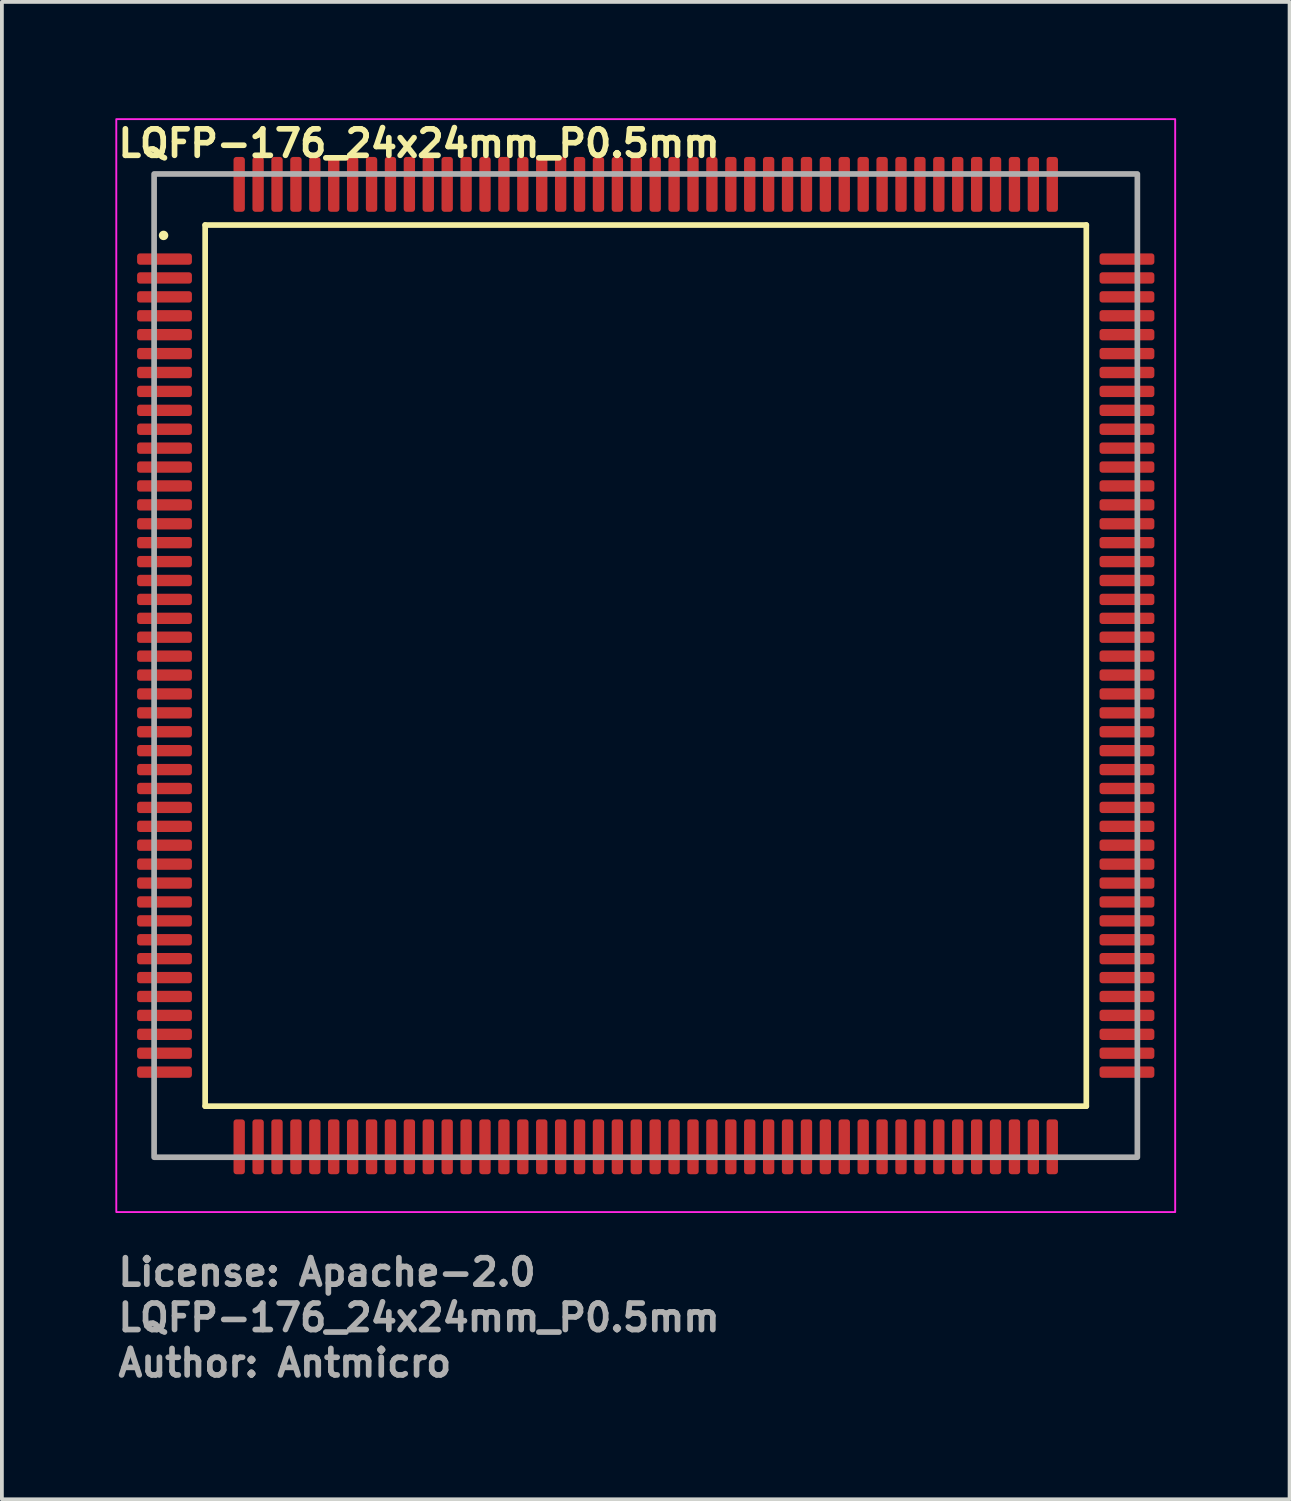
<source format=kicad_pcb>
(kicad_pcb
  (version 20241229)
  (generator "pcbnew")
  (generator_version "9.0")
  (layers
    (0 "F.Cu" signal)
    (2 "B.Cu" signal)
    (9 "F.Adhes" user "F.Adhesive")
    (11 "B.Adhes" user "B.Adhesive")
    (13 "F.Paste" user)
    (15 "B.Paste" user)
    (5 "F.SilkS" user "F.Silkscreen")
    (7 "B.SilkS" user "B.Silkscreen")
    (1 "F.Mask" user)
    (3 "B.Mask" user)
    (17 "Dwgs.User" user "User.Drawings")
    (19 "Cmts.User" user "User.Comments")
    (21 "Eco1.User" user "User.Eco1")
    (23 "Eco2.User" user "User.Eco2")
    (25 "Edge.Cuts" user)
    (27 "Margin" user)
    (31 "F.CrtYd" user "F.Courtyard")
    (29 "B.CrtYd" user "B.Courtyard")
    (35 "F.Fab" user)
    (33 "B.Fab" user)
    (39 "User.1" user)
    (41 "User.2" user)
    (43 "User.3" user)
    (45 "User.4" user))
  (footprint "LQFP-176_24x24mm_P0.5mm"
    (layer "F.Cu")
    (at 14.025 14.55)
    (property "Reference" "LQFP-176_24x24mm_P0.5mm" (at -14.025 -13.4 0) (layer "F.SilkS") (effects (font (size 0.7 0.7) (thickness 0.15)) (justify left bottom)))
    (attr smd)
    (fp_line (start -11.65 -11.65) (end 11.65 -11.65) (stroke (width 0.15) (type solid)) (layer "F.SilkS"))
    (fp_line (start -11.65 11.65) (end -11.65 -11.65) (stroke (width 0.15) (type solid)) (layer "F.SilkS"))
    (fp_line (start 11.65 -11.65) (end 11.65 11.65) (stroke (width 0.15) (type solid)) (layer "F.SilkS"))
    (fp_line (start 11.65 11.65) (end -11.65 11.65) (stroke (width 0.15) (type solid)) (layer "F.SilkS"))
    (fp_circle (center -12.75 -11.375) (end -12.7 -11.375) (stroke (width 0.15) (type solid)) (fill yes) (layer "F.SilkS"))
    (fp_rect (start -14 -14.45) (end 14 14.45) (stroke (width 0.05) (type solid)) (fill no) (layer "F.CrtYd"))
    (fp_rect (start -13 -13) (end 13 13) (stroke (width 0.15) (type solid)) (fill no) (layer "F.Fab"))
    (fp_rect (start -13 -13) (end 13 13) (stroke (width 0.1) (type solid)) (fill no) (layer "User.5"))
    (fp_line (start -13 -10.86) (end -12 -10.86) (stroke (width 0.02) (type solid)) (layer "User.9"))
    (fp_line (start -13 -10.64) (end -13 -10.86) (stroke (width 0.02) (type solid)) (layer "User.9"))
    (fp_line (start -13 -10.64) (end -12 -10.64) (stroke (width 0.02) (type solid)) (layer "User.9"))
    (fp_line (start -13 -10.36) (end -12 -10.36) (stroke (width 0.02) (type solid)) (layer "User.9"))
    (fp_line (start -13 -10.14) (end -13 -10.36) (stroke (width 0.02) (type solid)) (layer "User.9"))
    (fp_line (start -13 -10.14) (end -12 -10.14) (stroke (width 0.02) (type solid)) (layer "User.9"))
    (fp_line (start -13 -9.86) (end -12 -9.86) (stroke (width 0.02) (type solid)) (layer "User.9"))
    (fp_line (start -13 -9.64) (end -13 -9.86) (stroke (width 0.02) (type solid)) (layer "User.9"))
    (fp_line (start -13 -9.64) (end -12 -9.64) (stroke (width 0.02) (type solid)) (layer "User.9"))
    (fp_line (start -13 -9.36) (end -12 -9.36) (stroke (width 0.02) (type solid)) (layer "User.9"))
    (fp_line (start -13 -9.14) (end -13 -9.36) (stroke (width 0.02) (type solid)) (layer "User.9"))
    (fp_line (start -13 -9.14) (end -12 -9.14) (stroke (width 0.02) (type solid)) (layer "User.9"))
    (fp_line (start -13 -8.86) (end -12 -8.86) (stroke (width 0.02) (type solid)) (layer "User.9"))
    (fp_line (start -13 -8.64) (end -13 -8.86) (stroke (width 0.02) (type solid)) (layer "User.9"))
    (fp_line (start -13 -8.64) (end -12 -8.64) (stroke (width 0.02) (type solid)) (layer "User.9"))
    (fp_line (start -13 -8.36) (end -12 -8.36) (stroke (width 0.02) (type solid)) (layer "User.9"))
    (fp_line (start -13 -8.14) (end -13 -8.36) (stroke (width 0.02) (type solid)) (layer "User.9"))
    (fp_line (start -13 -8.14) (end -12 -8.14) (stroke (width 0.02) (type solid)) (layer "User.9"))
    (fp_line (start -13 -7.86) (end -12 -7.86) (stroke (width 0.02) (type solid)) (layer "User.9"))
    (fp_line (start -13 -7.64) (end -13 -7.86) (stroke (width 0.02) (type solid)) (layer "User.9"))
    (fp_line (start -13 -7.64) (end -12 -7.64) (stroke (width 0.02) (type solid)) (layer "User.9"))
    (fp_line (start -13 -7.36) (end -12 -7.36) (stroke (width 0.02) (type solid)) (layer "User.9"))
    (fp_line (start -13 -7.14) (end -13 -7.36) (stroke (width 0.02) (type solid)) (layer "User.9"))
    (fp_line (start -13 -7.14) (end -12 -7.14) (stroke (width 0.02) (type solid)) (layer "User.9"))
    (fp_line (start -13 -6.86) (end -12 -6.86) (stroke (width 0.02) (type solid)) (layer "User.9"))
    (fp_line (start -13 -6.64) (end -13 -6.86) (stroke (width 0.02) (type solid)) (layer "User.9"))
    (fp_line (start -13 -6.64) (end -12 -6.64) (stroke (width 0.02) (type solid)) (layer "User.9"))
    (fp_line (start -13 -6.36) (end -12 -6.36) (stroke (width 0.02) (type solid)) (layer "User.9"))
    (fp_line (start -13 -6.14) (end -13 -6.36) (stroke (width 0.02) (type solid)) (layer "User.9"))
    (fp_line (start -13 -6.14) (end -12 -6.14) (stroke (width 0.02) (type solid)) (layer "User.9"))
    (fp_line (start -13 -5.86) (end -12 -5.86) (stroke (width 0.02) (type solid)) (layer "User.9"))
    (fp_line (start -13 -5.64) (end -13 -5.86) (stroke (width 0.02) (type solid)) (layer "User.9"))
    (fp_line (start -13 -5.64) (end -12 -5.64) (stroke (width 0.02) (type solid)) (layer "User.9"))
    (fp_line (start -13 -5.36) (end -12 -5.36) (stroke (width 0.02) (type solid)) (layer "User.9"))
    (fp_line (start -13 -5.14) (end -13 -5.36) (stroke (width 0.02) (type solid)) (layer "User.9"))
    (fp_line (start -13 -5.14) (end -12 -5.14) (stroke (width 0.02) (type solid)) (layer "User.9"))
    (fp_line (start -13 -4.86) (end -12 -4.86) (stroke (width 0.02) (type solid)) (layer "User.9"))
    (fp_line (start -13 -4.64) (end -13 -4.86) (stroke (width 0.02) (type solid)) (layer "User.9"))
    (fp_line (start -13 -4.64) (end -12 -4.64) (stroke (width 0.02) (type solid)) (layer "User.9"))
    (fp_line (start -13 -4.36) (end -12 -4.36) (stroke (width 0.02) (type solid)) (layer "User.9"))
    (fp_line (start -13 -4.14) (end -13 -4.36) (stroke (width 0.02) (type solid)) (layer "User.9"))
    (fp_line (start -13 -4.14) (end -12 -4.14) (stroke (width 0.02) (type solid)) (layer "User.9"))
    (fp_line (start -13 -3.86) (end -12 -3.86) (stroke (width 0.02) (type solid)) (layer "User.9"))
    (fp_line (start -13 -3.64) (end -13 -3.86) (stroke (width 0.02) (type solid)) (layer "User.9"))
    (fp_line (start -13 -3.64) (end -12 -3.64) (stroke (width 0.02) (type solid)) (layer "User.9"))
    (fp_line (start -13 -3.36) (end -12 -3.36) (stroke (width 0.02) (type solid)) (layer "User.9"))
    (fp_line (start -13 -3.14) (end -13 -3.36) (stroke (width 0.02) (type solid)) (layer "User.9"))
    (fp_line (start -13 -3.14) (end -12 -3.14) (stroke (width 0.02) (type solid)) (layer "User.9"))
    (fp_line (start -13 -2.86) (end -12 -2.86) (stroke (width 0.02) (type solid)) (layer "User.9"))
    (fp_line (start -13 -2.64) (end -13 -2.86) (stroke (width 0.02) (type solid)) (layer "User.9"))
    (fp_line (start -13 -2.64) (end -12 -2.64) (stroke (width 0.02) (type solid)) (layer "User.9"))
    (fp_line (start -13 -2.36) (end -12 -2.36) (stroke (width 0.02) (type solid)) (layer "User.9"))
    (fp_line (start -13 -2.14) (end -13 -2.36) (stroke (width 0.02) (type solid)) (layer "User.9"))
    (fp_line (start -13 -2.14) (end -12 -2.14) (stroke (width 0.02) (type solid)) (layer "User.9"))
    (fp_line (start -13 -1.86) (end -12 -1.86) (stroke (width 0.02) (type solid)) (layer "User.9"))
    (fp_line (start -13 -1.64) (end -13 -1.86) (stroke (width 0.02) (type solid)) (layer "User.9"))
    (fp_line (start -13 -1.64) (end -12 -1.64) (stroke (width 0.02) (type solid)) (layer "User.9"))
    (fp_line (start -13 -1.36) (end -12 -1.36) (stroke (width 0.02) (type solid)) (layer "User.9"))
    (fp_line (start -13 -1.14) (end -13 -1.36) (stroke (width 0.02) (type solid)) (layer "User.9"))
    (fp_line (start -13 -1.14) (end -12 -1.14) (stroke (width 0.02) (type solid)) (layer "User.9"))
    (fp_line (start -13 -0.86) (end -12 -0.86) (stroke (width 0.02) (type solid)) (layer "User.9"))
    (fp_line (start -13 -0.64) (end -13 -0.86) (stroke (width 0.02) (type solid)) (layer "User.9"))
    (fp_line (start -13 -0.64) (end -12 -0.64) (stroke (width 0.02) (type solid)) (layer "User.9"))
    (fp_line (start -13 -0.36) (end -12 -0.36) (stroke (width 0.02) (type solid)) (layer "User.9"))
    (fp_line (start -13 -0.14) (end -13 -0.36) (stroke (width 0.02) (type solid)) (layer "User.9"))
    (fp_line (start -13 -0.14) (end -12 -0.14) (stroke (width 0.02) (type solid)) (layer "User.9"))
    (fp_line (start -13 0.14) (end -12 0.14) (stroke (width 0.02) (type solid)) (layer "User.9"))
    (fp_line (start -13 0.36) (end -13 0.14) (stroke (width 0.02) (type solid)) (layer "User.9"))
    (fp_line (start -13 0.36) (end -12 0.36) (stroke (width 0.02) (type solid)) (layer "User.9"))
    (fp_line (start -13 0.64) (end -12 0.64) (stroke (width 0.02) (type solid)) (layer "User.9"))
    (fp_line (start -13 0.86) (end -13 0.64) (stroke (width 0.02) (type solid)) (layer "User.9"))
    (fp_line (start -13 0.86) (end -12 0.86) (stroke (width 0.02) (type solid)) (layer "User.9"))
    (fp_line (start -13 1.14) (end -12 1.14) (stroke (width 0.02) (type solid)) (layer "User.9"))
    (fp_line (start -13 1.36) (end -13 1.14) (stroke (width 0.02) (type solid)) (layer "User.9"))
    (fp_line (start -13 1.36) (end -12 1.36) (stroke (width 0.02) (type solid)) (layer "User.9"))
    (fp_line (start -13 1.64) (end -12 1.64) (stroke (width 0.02) (type solid)) (layer "User.9"))
    (fp_line (start -13 1.86) (end -13 1.64) (stroke (width 0.02) (type solid)) (layer "User.9"))
    (fp_line (start -13 1.86) (end -12 1.86) (stroke (width 0.02) (type solid)) (layer "User.9"))
    (fp_line (start -13 2.14) (end -12 2.14) (stroke (width 0.02) (type solid)) (layer "User.9"))
    (fp_line (start -13 2.36) (end -13 2.14) (stroke (width 0.02) (type solid)) (layer "User.9"))
    (fp_line (start -13 2.36) (end -12 2.36) (stroke (width 0.02) (type solid)) (layer "User.9"))
    (fp_line (start -13 2.64) (end -12 2.64) (stroke (width 0.02) (type solid)) (layer "User.9"))
    (fp_line (start -13 2.86) (end -13 2.64) (stroke (width 0.02) (type solid)) (layer "User.9"))
    (fp_line (start -13 2.86) (end -12 2.86) (stroke (width 0.02) (type solid)) (layer "User.9"))
    (fp_line (start -13 3.14) (end -12 3.14) (stroke (width 0.02) (type solid)) (layer "User.9"))
    (fp_line (start -13 3.36) (end -13 3.14) (stroke (width 0.02) (type solid)) (layer "User.9"))
    (fp_line (start -13 3.36) (end -12 3.36) (stroke (width 0.02) (type solid)) (layer "User.9"))
    (fp_line (start -13 3.64) (end -12 3.64) (stroke (width 0.02) (type solid)) (layer "User.9"))
    (fp_line (start -13 3.86) (end -13 3.64) (stroke (width 0.02) (type solid)) (layer "User.9"))
    (fp_line (start -13 3.86) (end -12 3.86) (stroke (width 0.02) (type solid)) (layer "User.9"))
    (fp_line (start -13 4.14) (end -12 4.14) (stroke (width 0.02) (type solid)) (layer "User.9"))
    (fp_line (start -13 4.36) (end -13 4.14) (stroke (width 0.02) (type solid)) (layer "User.9"))
    (fp_line (start -13 4.36) (end -12 4.36) (stroke (width 0.02) (type solid)) (layer "User.9"))
    (fp_line (start -13 4.64) (end -12 4.64) (stroke (width 0.02) (type solid)) (layer "User.9"))
    (fp_line (start -13 4.86) (end -13 4.64) (stroke (width 0.02) (type solid)) (layer "User.9"))
    (fp_line (start -13 4.86) (end -12 4.86) (stroke (width 0.02) (type solid)) (layer "User.9"))
    (fp_line (start -13 5.14) (end -12 5.14) (stroke (width 0.02) (type solid)) (layer "User.9"))
    (fp_line (start -13 5.36) (end -13 5.14) (stroke (width 0.02) (type solid)) (layer "User.9"))
    (fp_line (start -13 5.36) (end -12 5.36) (stroke (width 0.02) (type solid)) (layer "User.9"))
    (fp_line (start -13 5.64) (end -12 5.64) (stroke (width 0.02) (type solid)) (layer "User.9"))
    (fp_line (start -13 5.86) (end -13 5.64) (stroke (width 0.02) (type solid)) (layer "User.9"))
    (fp_line (start -13 5.86) (end -12 5.86) (stroke (width 0.02) (type solid)) (layer "User.9"))
    (fp_line (start -13 6.14) (end -12 6.14) (stroke (width 0.02) (type solid)) (layer "User.9"))
    (fp_line (start -13 6.36) (end -13 6.14) (stroke (width 0.02) (type solid)) (layer "User.9"))
    (fp_line (start -13 6.36) (end -12 6.36) (stroke (width 0.02) (type solid)) (layer "User.9"))
    (fp_line (start -13 6.64) (end -12 6.64) (stroke (width 0.02) (type solid)) (layer "User.9"))
    (fp_line (start -13 6.86) (end -13 6.64) (stroke (width 0.02) (type solid)) (layer "User.9"))
    (fp_line (start -13 6.86) (end -12 6.86) (stroke (width 0.02) (type solid)) (layer "User.9"))
    (fp_line (start -13 7.14) (end -12 7.14) (stroke (width 0.02) (type solid)) (layer "User.9"))
    (fp_line (start -13 7.36) (end -13 7.14) (stroke (width 0.02) (type solid)) (layer "User.9"))
    (fp_line (start -13 7.36) (end -12 7.36) (stroke (width 0.02) (type solid)) (layer "User.9"))
    (fp_line (start -13 7.64) (end -12 7.64) (stroke (width 0.02) (type solid)) (layer "User.9"))
    (fp_line (start -13 7.86) (end -13 7.64) (stroke (width 0.02) (type solid)) (layer "User.9"))
    (fp_line (start -13 7.86) (end -12 7.86) (stroke (width 0.02) (type solid)) (layer "User.9"))
    (fp_line (start -13 8.14) (end -12 8.14) (stroke (width 0.02) (type solid)) (layer "User.9"))
    (fp_line (start -13 8.36) (end -13 8.14) (stroke (width 0.02) (type solid)) (layer "User.9"))
    (fp_line (start -13 8.36) (end -12 8.36) (stroke (width 0.02) (type solid)) (layer "User.9"))
    (fp_line (start -13 8.64) (end -12 8.64) (stroke (width 0.02) (type solid)) (layer "User.9"))
    (fp_line (start -13 8.86) (end -13 8.64) (stroke (width 0.02) (type solid)) (layer "User.9"))
    (fp_line (start -13 8.86) (end -12 8.86) (stroke (width 0.02) (type solid)) (layer "User.9"))
    (fp_line (start -13 9.14) (end -12 9.14) (stroke (width 0.02) (type solid)) (layer "User.9"))
    (fp_line (start -13 9.36) (end -13 9.14) (stroke (width 0.02) (type solid)) (layer "User.9"))
    (fp_line (start -13 9.36) (end -12 9.36) (stroke (width 0.02) (type solid)) (layer "User.9"))
    (fp_line (start -13 9.64) (end -12 9.64) (stroke (width 0.02) (type solid)) (layer "User.9"))
    (fp_line (start -13 9.86) (end -13 9.64) (stroke (width 0.02) (type solid)) (layer "User.9"))
    (fp_line (start -13 9.86) (end -12 9.86) (stroke (width 0.02) (type solid)) (layer "User.9"))
    (fp_line (start -13 10.14) (end -12 10.14) (stroke (width 0.02) (type solid)) (layer "User.9"))
    (fp_line (start -13 10.36) (end -13 10.14) (stroke (width 0.02) (type solid)) (layer "User.9"))
    (fp_line (start -13 10.36) (end -12 10.36) (stroke (width 0.02) (type solid)) (layer "User.9"))
    (fp_line (start -13 10.64) (end -12 10.64) (stroke (width 0.02) (type solid)) (layer "User.9"))
    (fp_line (start -13 10.86) (end -13 10.64) (stroke (width 0.02) (type solid)) (layer "User.9"))
    (fp_line (start -13 10.86) (end -12 10.86) (stroke (width 0.02) (type solid)) (layer "User.9"))
    (fp_line (start -12 -12) (end -11.749 -11.749) (stroke (width 0.02) (type solid)) (layer "User.9"))
    (fp_line (start -12 -12) (end 12 -12) (stroke (width 0.02) (type solid)) (layer "User.9"))
    (fp_line (start -12 12) (end -12 -12) (stroke (width 0.02) (type solid)) (layer "User.9"))
    (fp_line (start -12 12) (end -11.749 11.749) (stroke (width 0.02) (type solid)) (layer "User.9"))
    (fp_line (start -12 12) (end 12 12) (stroke (width 0.02) (type solid)) (layer "User.9"))
    (fp_line (start -11.749 -11.749) (end -11.646 -11.646) (stroke (width 0.02) (type default)) (layer "User.9"))
    (fp_line (start -11.749 -11.749) (end 11.749 -11.749) (stroke (width 0.02) (type solid)) (layer "User.9"))
    (fp_line (start -11.749 11.749) (end -11.749 -11.749) (stroke (width 0.02) (type solid)) (layer "User.9"))
    (fp_line (start -11.749 11.749) (end -11.646 11.646) (stroke (width 0.02) (type default)) (layer "User.9"))
    (fp_line (start -11.749 11.749) (end 11.749 11.749) (stroke (width 0.02) (type solid)) (layer "User.9"))
    (fp_line (start -11.646 -11.646) (end 11.646 -11.646) (stroke (width 0.02) (type solid)) (layer "User.9"))
    (fp_line (start -11.646 11.646) (end -11.646 -11.646) (stroke (width 0.02) (type solid)) (layer "User.9"))
    (fp_line (start -11.646 11.646) (end 11.646 11.646) (stroke (width 0.02) (type solid)) (layer "User.9"))
    (fp_line (start -10.86 -13) (end -10.86 -12) (stroke (width 0.02) (type solid)) (layer "User.9"))
    (fp_line (start -10.86 -13) (end -10.64 -13) (stroke (width 0.02) (type solid)) (layer "User.9"))
    (fp_line (start -10.86 13) (end -10.86 12) (stroke (width 0.02) (type solid)) (layer "User.9"))
    (fp_line (start -10.64 -13) (end -10.64 -12) (stroke (width 0.02) (type solid)) (layer "User.9"))
    (fp_line (start -10.64 13) (end -10.86 13) (stroke (width 0.02) (type solid)) (layer "User.9"))
    (fp_line (start -10.64 13) (end -10.64 12) (stroke (width 0.02) (type solid)) (layer "User.9"))
    (fp_line (start -10.36 -13) (end -10.36 -12) (stroke (width 0.02) (type solid)) (layer "User.9"))
    (fp_line (start -10.36 -13) (end -10.14 -13) (stroke (width 0.02) (type solid)) (layer "User.9"))
    (fp_line (start -10.36 13) (end -10.36 12) (stroke (width 0.02) (type solid)) (layer "User.9"))
    (fp_line (start -10.14 -13) (end -10.14 -12) (stroke (width 0.02) (type solid)) (layer "User.9"))
    (fp_line (start -10.14 13) (end -10.36 13) (stroke (width 0.02) (type solid)) (layer "User.9"))
    (fp_line (start -10.14 13) (end -10.14 12) (stroke (width 0.02) (type solid)) (layer "User.9"))
    (fp_line (start -9.86 -13) (end -9.86 -12) (stroke (width 0.02) (type solid)) (layer "User.9"))
    (fp_line (start -9.86 -13) (end -9.64 -13) (stroke (width 0.02) (type solid)) (layer "User.9"))
    (fp_line (start -9.86 13) (end -9.86 12) (stroke (width 0.02) (type solid)) (layer "User.9"))
    (fp_line (start -9.64 -13) (end -9.64 -12) (stroke (width 0.02) (type solid)) (layer "User.9"))
    (fp_line (start -9.64 13) (end -9.86 13) (stroke (width 0.02) (type solid)) (layer "User.9"))
    (fp_line (start -9.64 13) (end -9.64 12) (stroke (width 0.02) (type solid)) (layer "User.9"))
    (fp_line (start -9.36 -13) (end -9.36 -12) (stroke (width 0.02) (type solid)) (layer "User.9"))
    (fp_line (start -9.36 -13) (end -9.14 -13) (stroke (width 0.02) (type solid)) (layer "User.9"))
    (fp_line (start -9.36 13) (end -9.36 12) (stroke (width 0.02) (type solid)) (layer "User.9"))
    (fp_line (start -9.14 -13) (end -9.14 -12) (stroke (width 0.02) (type solid)) (layer "User.9"))
    (fp_line (start -9.14 13) (end -9.36 13) (stroke (width 0.02) (type solid)) (layer "User.9"))
    (fp_line (start -9.14 13) (end -9.14 12) (stroke (width 0.02) (type solid)) (layer "User.9"))
    (fp_line (start -8.86 -13) (end -8.86 -12) (stroke (width 0.02) (type solid)) (layer "User.9"))
    (fp_line (start -8.86 -13) (end -8.64 -13) (stroke (width 0.02) (type solid)) (layer "User.9"))
    (fp_line (start -8.86 13) (end -8.86 12) (stroke (width 0.02) (type solid)) (layer "User.9"))
    (fp_line (start -8.64 -13) (end -8.64 -12) (stroke (width 0.02) (type solid)) (layer "User.9"))
    (fp_line (start -8.64 13) (end -8.86 13) (stroke (width 0.02) (type solid)) (layer "User.9"))
    (fp_line (start -8.64 13) (end -8.64 12) (stroke (width 0.02) (type solid)) (layer "User.9"))
    (fp_line (start -8.36 -13) (end -8.36 -12) (stroke (width 0.02) (type solid)) (layer "User.9"))
    (fp_line (start -8.36 -13) (end -8.14 -13) (stroke (width 0.02) (type solid)) (layer "User.9"))
    (fp_line (start -8.36 13) (end -8.36 12) (stroke (width 0.02) (type solid)) (layer "User.9"))
    (fp_line (start -8.14 -13) (end -8.14 -12) (stroke (width 0.02) (type solid)) (layer "User.9"))
    (fp_line (start -8.14 13) (end -8.36 13) (stroke (width 0.02) (type solid)) (layer "User.9"))
    (fp_line (start -8.14 13) (end -8.14 12) (stroke (width 0.02) (type solid)) (layer "User.9"))
    (fp_line (start -7.86 -13) (end -7.86 -12) (stroke (width 0.02) (type solid)) (layer "User.9"))
    (fp_line (start -7.86 -13) (end -7.64 -13) (stroke (width 0.02) (type solid)) (layer "User.9"))
    (fp_line (start -7.86 13) (end -7.86 12) (stroke (width 0.02) (type solid)) (layer "User.9"))
    (fp_line (start -7.64 -13) (end -7.64 -12) (stroke (width 0.02) (type solid)) (layer "User.9"))
    (fp_line (start -7.64 13) (end -7.86 13) (stroke (width 0.02) (type solid)) (layer "User.9"))
    (fp_line (start -7.64 13) (end -7.64 12) (stroke (width 0.02) (type solid)) (layer "User.9"))
    (fp_line (start -7.36 -13) (end -7.36 -12) (stroke (width 0.02) (type solid)) (layer "User.9"))
    (fp_line (start -7.36 -13) (end -7.14 -13) (stroke (width 0.02) (type solid)) (layer "User.9"))
    (fp_line (start -7.36 13) (end -7.36 12) (stroke (width 0.02) (type solid)) (layer "User.9"))
    (fp_line (start -7.14 -13) (end -7.14 -12) (stroke (width 0.02) (type solid)) (layer "User.9"))
    (fp_line (start -7.14 13) (end -7.36 13) (stroke (width 0.02) (type solid)) (layer "User.9"))
    (fp_line (start -7.14 13) (end -7.14 12) (stroke (width 0.02) (type solid)) (layer "User.9"))
    (fp_line (start -6.86 -13) (end -6.86 -12) (stroke (width 0.02) (type solid)) (layer "User.9"))
    (fp_line (start -6.86 -13) (end -6.64 -13) (stroke (width 0.02) (type solid)) (layer "User.9"))
    (fp_line (start -6.86 13) (end -6.86 12) (stroke (width 0.02) (type solid)) (layer "User.9"))
    (fp_line (start -6.64 -13) (end -6.64 -12) (stroke (width 0.02) (type solid)) (layer "User.9"))
    (fp_line (start -6.64 13) (end -6.86 13) (stroke (width 0.02) (type solid)) (layer "User.9"))
    (fp_line (start -6.64 13) (end -6.64 12) (stroke (width 0.02) (type solid)) (layer "User.9"))
    (fp_line (start -6.36 -13) (end -6.36 -12) (stroke (width 0.02) (type solid)) (layer "User.9"))
    (fp_line (start -6.36 -13) (end -6.14 -13) (stroke (width 0.02) (type solid)) (layer "User.9"))
    (fp_line (start -6.36 13) (end -6.36 12) (stroke (width 0.02) (type solid)) (layer "User.9"))
    (fp_line (start -6.14 -13) (end -6.14 -12) (stroke (width 0.02) (type solid)) (layer "User.9"))
    (fp_line (start -6.14 13) (end -6.36 13) (stroke (width 0.02) (type solid)) (layer "User.9"))
    (fp_line (start -6.14 13) (end -6.14 12) (stroke (width 0.02) (type solid)) (layer "User.9"))
    (fp_line (start -5.86 -13) (end -5.86 -12) (stroke (width 0.02) (type solid)) (layer "User.9"))
    (fp_line (start -5.86 -13) (end -5.64 -13) (stroke (width 0.02) (type solid)) (layer "User.9"))
    (fp_line (start -5.86 13) (end -5.86 12) (stroke (width 0.02) (type solid)) (layer "User.9"))
    (fp_line (start -5.64 -13) (end -5.64 -12) (stroke (width 0.02) (type solid)) (layer "User.9"))
    (fp_line (start -5.64 13) (end -5.86 13) (stroke (width 0.02) (type solid)) (layer "User.9"))
    (fp_line (start -5.64 13) (end -5.64 12) (stroke (width 0.02) (type solid)) (layer "User.9"))
    (fp_line (start -5.36 -13) (end -5.36 -12) (stroke (width 0.02) (type solid)) (layer "User.9"))
    (fp_line (start -5.36 -13) (end -5.14 -13) (stroke (width 0.02) (type solid)) (layer "User.9"))
    (fp_line (start -5.36 13) (end -5.36 12) (stroke (width 0.02) (type solid)) (layer "User.9"))
    (fp_line (start -5.14 -13) (end -5.14 -12) (stroke (width 0.02) (type solid)) (layer "User.9"))
    (fp_line (start -5.14 13) (end -5.36 13) (stroke (width 0.02) (type solid)) (layer "User.9"))
    (fp_line (start -5.14 13) (end -5.14 12) (stroke (width 0.02) (type solid)) (layer "User.9"))
    (fp_line (start -4.86 -13) (end -4.86 -12) (stroke (width 0.02) (type solid)) (layer "User.9"))
    (fp_line (start -4.86 -13) (end -4.64 -13) (stroke (width 0.02) (type solid)) (layer "User.9"))
    (fp_line (start -4.86 13) (end -4.86 12) (stroke (width 0.02) (type solid)) (layer "User.9"))
    (fp_line (start -4.64 -13) (end -4.64 -12) (stroke (width 0.02) (type solid)) (layer "User.9"))
    (fp_line (start -4.64 13) (end -4.86 13) (stroke (width 0.02) (type solid)) (layer "User.9"))
    (fp_line (start -4.64 13) (end -4.64 12) (stroke (width 0.02) (type solid)) (layer "User.9"))
    (fp_line (start -4.36 -13) (end -4.36 -12) (stroke (width 0.02) (type solid)) (layer "User.9"))
    (fp_line (start -4.36 -13) (end -4.14 -13) (stroke (width 0.02) (type solid)) (layer "User.9"))
    (fp_line (start -4.36 13) (end -4.36 12) (stroke (width 0.02) (type solid)) (layer "User.9"))
    (fp_line (start -4.14 -13) (end -4.14 -12) (stroke (width 0.02) (type solid)) (layer "User.9"))
    (fp_line (start -4.14 13) (end -4.36 13) (stroke (width 0.02) (type solid)) (layer "User.9"))
    (fp_line (start -4.14 13) (end -4.14 12) (stroke (width 0.02) (type solid)) (layer "User.9"))
    (fp_line (start -3.86 -13) (end -3.86 -12) (stroke (width 0.02) (type solid)) (layer "User.9"))
    (fp_line (start -3.86 -13) (end -3.64 -13) (stroke (width 0.02) (type solid)) (layer "User.9"))
    (fp_line (start -3.86 13) (end -3.86 12) (stroke (width 0.02) (type solid)) (layer "User.9"))
    (fp_line (start -3.64 -13) (end -3.64 -12) (stroke (width 0.02) (type solid)) (layer "User.9"))
    (fp_line (start -3.64 13) (end -3.86 13) (stroke (width 0.02) (type solid)) (layer "User.9"))
    (fp_line (start -3.64 13) (end -3.64 12) (stroke (width 0.02) (type solid)) (layer "User.9"))
    (fp_line (start -3.36 -13) (end -3.36 -12) (stroke (width 0.02) (type solid)) (layer "User.9"))
    (fp_line (start -3.36 -13) (end -3.14 -13) (stroke (width 0.02) (type solid)) (layer "User.9"))
    (fp_line (start -3.36 13) (end -3.36 12) (stroke (width 0.02) (type solid)) (layer "User.9"))
    (fp_line (start -3.14 -13) (end -3.14 -12) (stroke (width 0.02) (type solid)) (layer "User.9"))
    (fp_line (start -3.14 13) (end -3.36 13) (stroke (width 0.02) (type solid)) (layer "User.9"))
    (fp_line (start -3.14 13) (end -3.14 12) (stroke (width 0.02) (type solid)) (layer "User.9"))
    (fp_line (start -2.86 -13) (end -2.86 -12) (stroke (width 0.02) (type solid)) (layer "User.9"))
    (fp_line (start -2.86 -13) (end -2.64 -13) (stroke (width 0.02) (type solid)) (layer "User.9"))
    (fp_line (start -2.86 13) (end -2.86 12) (stroke (width 0.02) (type solid)) (layer "User.9"))
    (fp_line (start -2.64 -13) (end -2.64 -12) (stroke (width 0.02) (type solid)) (layer "User.9"))
    (fp_line (start -2.64 13) (end -2.86 13) (stroke (width 0.02) (type solid)) (layer "User.9"))
    (fp_line (start -2.64 13) (end -2.64 12) (stroke (width 0.02) (type solid)) (layer "User.9"))
    (fp_line (start -2.36 -13) (end -2.36 -12) (stroke (width 0.02) (type solid)) (layer "User.9"))
    (fp_line (start -2.36 -13) (end -2.14 -13) (stroke (width 0.02) (type solid)) (layer "User.9"))
    (fp_line (start -2.36 13) (end -2.36 12) (stroke (width 0.02) (type solid)) (layer "User.9"))
    (fp_line (start -2.14 -13) (end -2.14 -12) (stroke (width 0.02) (type solid)) (layer "User.9"))
    (fp_line (start -2.14 13) (end -2.36 13) (stroke (width 0.02) (type solid)) (layer "User.9"))
    (fp_line (start -2.14 13) (end -2.14 12) (stroke (width 0.02) (type solid)) (layer "User.9"))
    (fp_line (start -1.86 -13) (end -1.86 -12) (stroke (width 0.02) (type solid)) (layer "User.9"))
    (fp_line (start -1.86 -13) (end -1.64 -13) (stroke (width 0.02) (type solid)) (layer "User.9"))
    (fp_line (start -1.86 13) (end -1.86 12) (stroke (width 0.02) (type solid)) (layer "User.9"))
    (fp_line (start -1.64 -13) (end -1.64 -12) (stroke (width 0.02) (type solid)) (layer "User.9"))
    (fp_line (start -1.64 13) (end -1.86 13) (stroke (width 0.02) (type solid)) (layer "User.9"))
    (fp_line (start -1.64 13) (end -1.64 12) (stroke (width 0.02) (type solid)) (layer "User.9"))
    (fp_line (start -1.36 -13) (end -1.36 -12) (stroke (width 0.02) (type solid)) (layer "User.9"))
    (fp_line (start -1.36 -13) (end -1.14 -13) (stroke (width 0.02) (type solid)) (layer "User.9"))
    (fp_line (start -1.36 13) (end -1.36 12) (stroke (width 0.02) (type solid)) (layer "User.9"))
    (fp_line (start -1.14 -13) (end -1.14 -12) (stroke (width 0.02) (type solid)) (layer "User.9"))
    (fp_line (start -1.14 13) (end -1.36 13) (stroke (width 0.02) (type solid)) (layer "User.9"))
    (fp_line (start -1.14 13) (end -1.14 12) (stroke (width 0.02) (type solid)) (layer "User.9"))
    (fp_line (start -0.86 -13) (end -0.86 -12) (stroke (width 0.02) (type solid)) (layer "User.9"))
    (fp_line (start -0.86 -13) (end -0.64 -13) (stroke (width 0.02) (type solid)) (layer "User.9"))
    (fp_line (start -0.86 13) (end -0.86 12) (stroke (width 0.02) (type solid)) (layer "User.9"))
    (fp_line (start -0.64 -13) (end -0.64 -12) (stroke (width 0.02) (type solid)) (layer "User.9"))
    (fp_line (start -0.64 13) (end -0.86 13) (stroke (width 0.02) (type solid)) (layer "User.9"))
    (fp_line (start -0.64 13) (end -0.64 12) (stroke (width 0.02) (type solid)) (layer "User.9"))
    (fp_line (start -0.36 -13) (end -0.36 -12) (stroke (width 0.02) (type solid)) (layer "User.9"))
    (fp_line (start -0.36 -13) (end -0.14 -13) (stroke (width 0.02) (type solid)) (layer "User.9"))
    (fp_line (start -0.36 13) (end -0.36 12) (stroke (width 0.02) (type solid)) (layer "User.9"))
    (fp_line (start -0.14 -13) (end -0.14 -12) (stroke (width 0.02) (type solid)) (layer "User.9"))
    (fp_line (start -0.14 13) (end -0.36 13) (stroke (width 0.02) (type solid)) (layer "User.9"))
    (fp_line (start -0.14 13) (end -0.14 12) (stroke (width 0.02) (type solid)) (layer "User.9"))
    (fp_line (start 0.14 -13) (end 0.14 -12) (stroke (width 0.02) (type solid)) (layer "User.9"))
    (fp_line (start 0.14 -13) (end 0.36 -13) (stroke (width 0.02) (type solid)) (layer "User.9"))
    (fp_line (start 0.14 13) (end 0.14 12) (stroke (width 0.02) (type solid)) (layer "User.9"))
    (fp_line (start 0.36 -13) (end 0.36 -12) (stroke (width 0.02) (type solid)) (layer "User.9"))
    (fp_line (start 0.36 13) (end 0.14 13) (stroke (width 0.02) (type solid)) (layer "User.9"))
    (fp_line (start 0.36 13) (end 0.36 12) (stroke (width 0.02) (type solid)) (layer "User.9"))
    (fp_line (start 0.64 -13) (end 0.64 -12) (stroke (width 0.02) (type solid)) (layer "User.9"))
    (fp_line (start 0.64 -13) (end 0.86 -13) (stroke (width 0.02) (type solid)) (layer "User.9"))
    (fp_line (start 0.64 13) (end 0.64 12) (stroke (width 0.02) (type solid)) (layer "User.9"))
    (fp_line (start 0.86 -13) (end 0.86 -12) (stroke (width 0.02) (type solid)) (layer "User.9"))
    (fp_line (start 0.86 13) (end 0.64 13) (stroke (width 0.02) (type solid)) (layer "User.9"))
    (fp_line (start 0.86 13) (end 0.86 12) (stroke (width 0.02) (type solid)) (layer "User.9"))
    (fp_line (start 1.14 -13) (end 1.14 -12) (stroke (width 0.02) (type solid)) (layer "User.9"))
    (fp_line (start 1.14 -13) (end 1.36 -13) (stroke (width 0.02) (type solid)) (layer "User.9"))
    (fp_line (start 1.14 13) (end 1.14 12) (stroke (width 0.02) (type solid)) (layer "User.9"))
    (fp_line (start 1.36 -13) (end 1.36 -12) (stroke (width 0.02) (type solid)) (layer "User.9"))
    (fp_line (start 1.36 13) (end 1.14 13) (stroke (width 0.02) (type solid)) (layer "User.9"))
    (fp_line (start 1.36 13) (end 1.36 12) (stroke (width 0.02) (type solid)) (layer "User.9"))
    (fp_line (start 1.64 -13) (end 1.64 -12) (stroke (width 0.02) (type solid)) (layer "User.9"))
    (fp_line (start 1.64 -13) (end 1.86 -13) (stroke (width 0.02) (type solid)) (layer "User.9"))
    (fp_line (start 1.64 13) (end 1.64 12) (stroke (width 0.02) (type solid)) (layer "User.9"))
    (fp_line (start 1.86 -13) (end 1.86 -12) (stroke (width 0.02) (type solid)) (layer "User.9"))
    (fp_line (start 1.86 13) (end 1.64 13) (stroke (width 0.02) (type solid)) (layer "User.9"))
    (fp_line (start 1.86 13) (end 1.86 12) (stroke (width 0.02) (type solid)) (layer "User.9"))
    (fp_line (start 2.14 -13) (end 2.14 -12) (stroke (width 0.02) (type solid)) (layer "User.9"))
    (fp_line (start 2.14 -13) (end 2.36 -13) (stroke (width 0.02) (type solid)) (layer "User.9"))
    (fp_line (start 2.14 13) (end 2.14 12) (stroke (width 0.02) (type solid)) (layer "User.9"))
    (fp_line (start 2.36 -13) (end 2.36 -12) (stroke (width 0.02) (type solid)) (layer "User.9"))
    (fp_line (start 2.36 13) (end 2.14 13) (stroke (width 0.02) (type solid)) (layer "User.9"))
    (fp_line (start 2.36 13) (end 2.36 12) (stroke (width 0.02) (type solid)) (layer "User.9"))
    (fp_line (start 2.64 -13) (end 2.64 -12) (stroke (width 0.02) (type solid)) (layer "User.9"))
    (fp_line (start 2.64 -13) (end 2.86 -13) (stroke (width 0.02) (type solid)) (layer "User.9"))
    (fp_line (start 2.64 13) (end 2.64 12) (stroke (width 0.02) (type solid)) (layer "User.9"))
    (fp_line (start 2.86 -13) (end 2.86 -12) (stroke (width 0.02) (type solid)) (layer "User.9"))
    (fp_line (start 2.86 13) (end 2.64 13) (stroke (width 0.02) (type solid)) (layer "User.9"))
    (fp_line (start 2.86 13) (end 2.86 12) (stroke (width 0.02) (type solid)) (layer "User.9"))
    (fp_line (start 3.14 -13) (end 3.14 -12) (stroke (width 0.02) (type solid)) (layer "User.9"))
    (fp_line (start 3.14 -13) (end 3.36 -13) (stroke (width 0.02) (type solid)) (layer "User.9"))
    (fp_line (start 3.14 13) (end 3.14 12) (stroke (width 0.02) (type solid)) (layer "User.9"))
    (fp_line (start 3.36 -13) (end 3.36 -12) (stroke (width 0.02) (type solid)) (layer "User.9"))
    (fp_line (start 3.36 13) (end 3.14 13) (stroke (width 0.02) (type solid)) (layer "User.9"))
    (fp_line (start 3.36 13) (end 3.36 12) (stroke (width 0.02) (type solid)) (layer "User.9"))
    (fp_line (start 3.64 -13) (end 3.64 -12) (stroke (width 0.02) (type solid)) (layer "User.9"))
    (fp_line (start 3.64 -13) (end 3.86 -13) (stroke (width 0.02) (type solid)) (layer "User.9"))
    (fp_line (start 3.64 13) (end 3.64 12) (stroke (width 0.02) (type solid)) (layer "User.9"))
    (fp_line (start 3.86 -13) (end 3.86 -12) (stroke (width 0.02) (type solid)) (layer "User.9"))
    (fp_line (start 3.86 13) (end 3.64 13) (stroke (width 0.02) (type solid)) (layer "User.9"))
    (fp_line (start 3.86 13) (end 3.86 12) (stroke (width 0.02) (type solid)) (layer "User.9"))
    (fp_line (start 4.14 -13) (end 4.14 -12) (stroke (width 0.02) (type solid)) (layer "User.9"))
    (fp_line (start 4.14 -13) (end 4.36 -13) (stroke (width 0.02) (type solid)) (layer "User.9"))
    (fp_line (start 4.14 13) (end 4.14 12) (stroke (width 0.02) (type solid)) (layer "User.9"))
    (fp_line (start 4.36 -13) (end 4.36 -12) (stroke (width 0.02) (type solid)) (layer "User.9"))
    (fp_line (start 4.36 13) (end 4.14 13) (stroke (width 0.02) (type solid)) (layer "User.9"))
    (fp_line (start 4.36 13) (end 4.36 12) (stroke (width 0.02) (type solid)) (layer "User.9"))
    (fp_line (start 4.64 -13) (end 4.64 -12) (stroke (width 0.02) (type solid)) (layer "User.9"))
    (fp_line (start 4.64 -13) (end 4.86 -13) (stroke (width 0.02) (type solid)) (layer "User.9"))
    (fp_line (start 4.64 13) (end 4.64 12) (stroke (width 0.02) (type solid)) (layer "User.9"))
    (fp_line (start 4.86 -13) (end 4.86 -12) (stroke (width 0.02) (type solid)) (layer "User.9"))
    (fp_line (start 4.86 13) (end 4.64 13) (stroke (width 0.02) (type solid)) (layer "User.9"))
    (fp_line (start 4.86 13) (end 4.86 12) (stroke (width 0.02) (type solid)) (layer "User.9"))
    (fp_line (start 5.14 -13) (end 5.14 -12) (stroke (width 0.02) (type solid)) (layer "User.9"))
    (fp_line (start 5.14 -13) (end 5.36 -13) (stroke (width 0.02) (type solid)) (layer "User.9"))
    (fp_line (start 5.14 13) (end 5.14 12) (stroke (width 0.02) (type solid)) (layer "User.9"))
    (fp_line (start 5.36 -13) (end 5.36 -12) (stroke (width 0.02) (type solid)) (layer "User.9"))
    (fp_line (start 5.36 13) (end 5.14 13) (stroke (width 0.02) (type solid)) (layer "User.9"))
    (fp_line (start 5.36 13) (end 5.36 12) (stroke (width 0.02) (type solid)) (layer "User.9"))
    (fp_line (start 5.64 -13) (end 5.64 -12) (stroke (width 0.02) (type solid)) (layer "User.9"))
    (fp_line (start 5.64 -13) (end 5.86 -13) (stroke (width 0.02) (type solid)) (layer "User.9"))
    (fp_line (start 5.64 13) (end 5.64 12) (stroke (width 0.02) (type solid)) (layer "User.9"))
    (fp_line (start 5.86 -13) (end 5.86 -12) (stroke (width 0.02) (type solid)) (layer "User.9"))
    (fp_line (start 5.86 13) (end 5.64 13) (stroke (width 0.02) (type solid)) (layer "User.9"))
    (fp_line (start 5.86 13) (end 5.86 12) (stroke (width 0.02) (type solid)) (layer "User.9"))
    (fp_line (start 6.14 -13) (end 6.14 -12) (stroke (width 0.02) (type solid)) (layer "User.9"))
    (fp_line (start 6.14 -13) (end 6.36 -13) (stroke (width 0.02) (type solid)) (layer "User.9"))
    (fp_line (start 6.14 13) (end 6.14 12) (stroke (width 0.02) (type solid)) (layer "User.9"))
    (fp_line (start 6.36 -13) (end 6.36 -12) (stroke (width 0.02) (type solid)) (layer "User.9"))
    (fp_line (start 6.36 13) (end 6.14 13) (stroke (width 0.02) (type solid)) (layer "User.9"))
    (fp_line (start 6.36 13) (end 6.36 12) (stroke (width 0.02) (type solid)) (layer "User.9"))
    (fp_line (start 6.64 -13) (end 6.64 -12) (stroke (width 0.02) (type solid)) (layer "User.9"))
    (fp_line (start 6.64 -13) (end 6.86 -13) (stroke (width 0.02) (type solid)) (layer "User.9"))
    (fp_line (start 6.64 13) (end 6.64 12) (stroke (width 0.02) (type solid)) (layer "User.9"))
    (fp_line (start 6.86 -13) (end 6.86 -12) (stroke (width 0.02) (type solid)) (layer "User.9"))
    (fp_line (start 6.86 13) (end 6.64 13) (stroke (width 0.02) (type solid)) (layer "User.9"))
    (fp_line (start 6.86 13) (end 6.86 12) (stroke (width 0.02) (type solid)) (layer "User.9"))
    (fp_line (start 7.14 -13) (end 7.14 -12) (stroke (width 0.02) (type solid)) (layer "User.9"))
    (fp_line (start 7.14 -13) (end 7.36 -13) (stroke (width 0.02) (type solid)) (layer "User.9"))
    (fp_line (start 7.14 13) (end 7.14 12) (stroke (width 0.02) (type solid)) (layer "User.9"))
    (fp_line (start 7.36 -13) (end 7.36 -12) (stroke (width 0.02) (type solid)) (layer "User.9"))
    (fp_line (start 7.36 13) (end 7.14 13) (stroke (width 0.02) (type solid)) (layer "User.9"))
    (fp_line (start 7.36 13) (end 7.36 12) (stroke (width 0.02) (type solid)) (layer "User.9"))
    (fp_line (start 7.64 -13) (end 7.64 -12) (stroke (width 0.02) (type solid)) (layer "User.9"))
    (fp_line (start 7.64 -13) (end 7.86 -13) (stroke (width 0.02) (type solid)) (layer "User.9"))
    (fp_line (start 7.64 13) (end 7.64 12) (stroke (width 0.02) (type solid)) (layer "User.9"))
    (fp_line (start 7.86 -13) (end 7.86 -12) (stroke (width 0.02) (type solid)) (layer "User.9"))
    (fp_line (start 7.86 13) (end 7.64 13) (stroke (width 0.02) (type solid)) (layer "User.9"))
    (fp_line (start 7.86 13) (end 7.86 12) (stroke (width 0.02) (type solid)) (layer "User.9"))
    (fp_line (start 8.14 -13) (end 8.14 -12) (stroke (width 0.02) (type solid)) (layer "User.9"))
    (fp_line (start 8.14 -13) (end 8.36 -13) (stroke (width 0.02) (type solid)) (layer "User.9"))
    (fp_line (start 8.14 13) (end 8.14 12) (stroke (width 0.02) (type solid)) (layer "User.9"))
    (fp_line (start 8.36 -13) (end 8.36 -12) (stroke (width 0.02) (type solid)) (layer "User.9"))
    (fp_line (start 8.36 13) (end 8.14 13) (stroke (width 0.02) (type solid)) (layer "User.9"))
    (fp_line (start 8.36 13) (end 8.36 12) (stroke (width 0.02) (type solid)) (layer "User.9"))
    (fp_line (start 8.64 -13) (end 8.64 -12) (stroke (width 0.02) (type solid)) (layer "User.9"))
    (fp_line (start 8.64 -13) (end 8.86 -13) (stroke (width 0.02) (type solid)) (layer "User.9"))
    (fp_line (start 8.64 13) (end 8.64 12) (stroke (width 0.02) (type solid)) (layer "User.9"))
    (fp_line (start 8.86 -13) (end 8.86 -12) (stroke (width 0.02) (type solid)) (layer "User.9"))
    (fp_line (start 8.86 13) (end 8.64 13) (stroke (width 0.02) (type solid)) (layer "User.9"))
    (fp_line (start 8.86 13) (end 8.86 12) (stroke (width 0.02) (type solid)) (layer "User.9"))
    (fp_line (start 9.14 -13) (end 9.14 -12) (stroke (width 0.02) (type solid)) (layer "User.9"))
    (fp_line (start 9.14 -13) (end 9.36 -13) (stroke (width 0.02) (type solid)) (layer "User.9"))
    (fp_line (start 9.14 13) (end 9.14 12) (stroke (width 0.02) (type solid)) (layer "User.9"))
    (fp_line (start 9.36 -13) (end 9.36 -12) (stroke (width 0.02) (type solid)) (layer "User.9"))
    (fp_line (start 9.36 13) (end 9.14 13) (stroke (width 0.02) (type solid)) (layer "User.9"))
    (fp_line (start 9.36 13) (end 9.36 12) (stroke (width 0.02) (type solid)) (layer "User.9"))
    (fp_line (start 9.64 -13) (end 9.64 -12) (stroke (width 0.02) (type solid)) (layer "User.9"))
    (fp_line (start 9.64 -13) (end 9.86 -13) (stroke (width 0.02) (type solid)) (layer "User.9"))
    (fp_line (start 9.64 13) (end 9.64 12) (stroke (width 0.02) (type solid)) (layer "User.9"))
    (fp_line (start 9.86 -13) (end 9.86 -12) (stroke (width 0.02) (type solid)) (layer "User.9"))
    (fp_line (start 9.86 13) (end 9.64 13) (stroke (width 0.02) (type solid)) (layer "User.9"))
    (fp_line (start 9.86 13) (end 9.86 12) (stroke (width 0.02) (type solid)) (layer "User.9"))
    (fp_line (start 10.14 -13) (end 10.14 -12) (stroke (width 0.02) (type solid)) (layer "User.9"))
    (fp_line (start 10.14 -13) (end 10.36 -13) (stroke (width 0.02) (type solid)) (layer "User.9"))
    (fp_line (start 10.14 13) (end 10.14 12) (stroke (width 0.02) (type solid)) (layer "User.9"))
    (fp_line (start 10.36 -13) (end 10.36 -12) (stroke (width 0.02) (type solid)) (layer "User.9"))
    (fp_line (start 10.36 13) (end 10.14 13) (stroke (width 0.02) (type solid)) (layer "User.9"))
    (fp_line (start 10.36 13) (end 10.36 12) (stroke (width 0.02) (type solid)) (layer "User.9"))
    (fp_line (start 10.64 -13) (end 10.64 -12) (stroke (width 0.02) (type solid)) (layer "User.9"))
    (fp_line (start 10.64 -13) (end 10.86 -13) (stroke (width 0.02) (type solid)) (layer "User.9"))
    (fp_line (start 10.64 13) (end 10.64 12) (stroke (width 0.02) (type solid)) (layer "User.9"))
    (fp_line (start 10.86 -13) (end 10.86 -12) (stroke (width 0.02) (type solid)) (layer "User.9"))
    (fp_line (start 10.86 13) (end 10.64 13) (stroke (width 0.02) (type solid)) (layer "User.9"))
    (fp_line (start 10.86 13) (end 10.86 12) (stroke (width 0.02) (type solid)) (layer "User.9"))
    (fp_line (start 11.646 11.646) (end 11.646 -11.646) (stroke (width 0.02) (type solid)) (layer "User.9"))
    (fp_line (start 11.646 11.646) (end 11.749 11.749) (stroke (width 0.02) (type default)) (layer "User.9"))
    (fp_line (start 11.749 -11.749) (end 11.646 -11.646) (stroke (width 0.02) (type default)) (layer "User.9"))
    (fp_line (start 11.749 11.749) (end 11.749 -11.749) (stroke (width 0.02) (type solid)) (layer "User.9"))
    (fp_line (start 12 -12) (end 11.749 -11.749) (stroke (width 0.02) (type solid)) (layer "User.9"))
    (fp_line (start 12 12) (end 12 -12) (stroke (width 0.02) (type solid)) (layer "User.9"))
    (fp_line (start 13 -10.86) (end 12 -10.86) (stroke (width 0.02) (type solid)) (layer "User.9"))
    (fp_line (start 13 -10.86) (end 13 -10.64) (stroke (width 0.02) (type solid)) (layer "User.9"))
    (fp_line (start 13 -10.64) (end 12 -10.64) (stroke (width 0.02) (type solid)) (layer "User.9"))
    (fp_line (start 13 -10.36) (end 12 -10.36) (stroke (width 0.02) (type solid)) (layer "User.9"))
    (fp_line (start 13 -10.36) (end 13 -10.14) (stroke (width 0.02) (type solid)) (layer "User.9"))
    (fp_line (start 13 -10.14) (end 12 -10.14) (stroke (width 0.02) (type solid)) (layer "User.9"))
    (fp_line (start 13 -9.86) (end 12 -9.86) (stroke (width 0.02) (type solid)) (layer "User.9"))
    (fp_line (start 13 -9.86) (end 13 -9.64) (stroke (width 0.02) (type solid)) (layer "User.9"))
    (fp_line (start 13 -9.64) (end 12 -9.64) (stroke (width 0.02) (type solid)) (layer "User.9"))
    (fp_line (start 13 -9.36) (end 12 -9.36) (stroke (width 0.02) (type solid)) (layer "User.9"))
    (fp_line (start 13 -9.36) (end 13 -9.14) (stroke (width 0.02) (type solid)) (layer "User.9"))
    (fp_line (start 13 -9.14) (end 12 -9.14) (stroke (width 0.02) (type solid)) (layer "User.9"))
    (fp_line (start 13 -8.86) (end 12 -8.86) (stroke (width 0.02) (type solid)) (layer "User.9"))
    (fp_line (start 13 -8.86) (end 13 -8.64) (stroke (width 0.02) (type solid)) (layer "User.9"))
    (fp_line (start 13 -8.64) (end 12 -8.64) (stroke (width 0.02) (type solid)) (layer "User.9"))
    (fp_line (start 13 -8.36) (end 12 -8.36) (stroke (width 0.02) (type solid)) (layer "User.9"))
    (fp_line (start 13 -8.36) (end 13 -8.14) (stroke (width 0.02) (type solid)) (layer "User.9"))
    (fp_line (start 13 -8.14) (end 12 -8.14) (stroke (width 0.02) (type solid)) (layer "User.9"))
    (fp_line (start 13 -7.86) (end 12 -7.86) (stroke (width 0.02) (type solid)) (layer "User.9"))
    (fp_line (start 13 -7.86) (end 13 -7.64) (stroke (width 0.02) (type solid)) (layer "User.9"))
    (fp_line (start 13 -7.64) (end 12 -7.64) (stroke (width 0.02) (type solid)) (layer "User.9"))
    (fp_line (start 13 -7.36) (end 12 -7.36) (stroke (width 0.02) (type solid)) (layer "User.9"))
    (fp_line (start 13 -7.36) (end 13 -7.14) (stroke (width 0.02) (type solid)) (layer "User.9"))
    (fp_line (start 13 -7.14) (end 12 -7.14) (stroke (width 0.02) (type solid)) (layer "User.9"))
    (fp_line (start 13 -6.86) (end 12 -6.86) (stroke (width 0.02) (type solid)) (layer "User.9"))
    (fp_line (start 13 -6.86) (end 13 -6.64) (stroke (width 0.02) (type solid)) (layer "User.9"))
    (fp_line (start 13 -6.64) (end 12 -6.64) (stroke (width 0.02) (type solid)) (layer "User.9"))
    (fp_line (start 13 -6.36) (end 12 -6.36) (stroke (width 0.02) (type solid)) (layer "User.9"))
    (fp_line (start 13 -6.36) (end 13 -6.14) (stroke (width 0.02) (type solid)) (layer "User.9"))
    (fp_line (start 13 -6.14) (end 12 -6.14) (stroke (width 0.02) (type solid)) (layer "User.9"))
    (fp_line (start 13 -5.86) (end 12 -5.86) (stroke (width 0.02) (type solid)) (layer "User.9"))
    (fp_line (start 13 -5.86) (end 13 -5.64) (stroke (width 0.02) (type solid)) (layer "User.9"))
    (fp_line (start 13 -5.64) (end 12 -5.64) (stroke (width 0.02) (type solid)) (layer "User.9"))
    (fp_line (start 13 -5.36) (end 12 -5.36) (stroke (width 0.02) (type solid)) (layer "User.9"))
    (fp_line (start 13 -5.36) (end 13 -5.14) (stroke (width 0.02) (type solid)) (layer "User.9"))
    (fp_line (start 13 -5.14) (end 12 -5.14) (stroke (width 0.02) (type solid)) (layer "User.9"))
    (fp_line (start 13 -4.86) (end 12 -4.86) (stroke (width 0.02) (type solid)) (layer "User.9"))
    (fp_line (start 13 -4.86) (end 13 -4.64) (stroke (width 0.02) (type solid)) (layer "User.9"))
    (fp_line (start 13 -4.64) (end 12 -4.64) (stroke (width 0.02) (type solid)) (layer "User.9"))
    (fp_line (start 13 -4.36) (end 12 -4.36) (stroke (width 0.02) (type solid)) (layer "User.9"))
    (fp_line (start 13 -4.36) (end 13 -4.14) (stroke (width 0.02) (type solid)) (layer "User.9"))
    (fp_line (start 13 -4.14) (end 12 -4.14) (stroke (width 0.02) (type solid)) (layer "User.9"))
    (fp_line (start 13 -3.86) (end 12 -3.86) (stroke (width 0.02) (type solid)) (layer "User.9"))
    (fp_line (start 13 -3.86) (end 13 -3.64) (stroke (width 0.02) (type solid)) (layer "User.9"))
    (fp_line (start 13 -3.64) (end 12 -3.64) (stroke (width 0.02) (type solid)) (layer "User.9"))
    (fp_line (start 13 -3.36) (end 12 -3.36) (stroke (width 0.02) (type solid)) (layer "User.9"))
    (fp_line (start 13 -3.36) (end 13 -3.14) (stroke (width 0.02) (type solid)) (layer "User.9"))
    (fp_line (start 13 -3.14) (end 12 -3.14) (stroke (width 0.02) (type solid)) (layer "User.9"))
    (fp_line (start 13 -2.86) (end 12 -2.86) (stroke (width 0.02) (type solid)) (layer "User.9"))
    (fp_line (start 13 -2.86) (end 13 -2.64) (stroke (width 0.02) (type solid)) (layer "User.9"))
    (fp_line (start 13 -2.64) (end 12 -2.64) (stroke (width 0.02) (type solid)) (layer "User.9"))
    (fp_line (start 13 -2.36) (end 12 -2.36) (stroke (width 0.02) (type solid)) (layer "User.9"))
    (fp_line (start 13 -2.36) (end 13 -2.14) (stroke (width 0.02) (type solid)) (layer "User.9"))
    (fp_line (start 13 -2.14) (end 12 -2.14) (stroke (width 0.02) (type solid)) (layer "User.9"))
    (fp_line (start 13 -1.86) (end 12 -1.86) (stroke (width 0.02) (type solid)) (layer "User.9"))
    (fp_line (start 13 -1.86) (end 13 -1.64) (stroke (width 0.02) (type solid)) (layer "User.9"))
    (fp_line (start 13 -1.64) (end 12 -1.64) (stroke (width 0.02) (type solid)) (layer "User.9"))
    (fp_line (start 13 -1.36) (end 12 -1.36) (stroke (width 0.02) (type solid)) (layer "User.9"))
    (fp_line (start 13 -1.36) (end 13 -1.14) (stroke (width 0.02) (type solid)) (layer "User.9"))
    (fp_line (start 13 -1.14) (end 12 -1.14) (stroke (width 0.02) (type solid)) (layer "User.9"))
    (fp_line (start 13 -0.86) (end 12 -0.86) (stroke (width 0.02) (type solid)) (layer "User.9"))
    (fp_line (start 13 -0.86) (end 13 -0.64) (stroke (width 0.02) (type solid)) (layer "User.9"))
    (fp_line (start 13 -0.64) (end 12 -0.64) (stroke (width 0.02) (type solid)) (layer "User.9"))
    (fp_line (start 13 -0.36) (end 12 -0.36) (stroke (width 0.02) (type solid)) (layer "User.9"))
    (fp_line (start 13 -0.36) (end 13 -0.14) (stroke (width 0.02) (type solid)) (layer "User.9"))
    (fp_line (start 13 -0.14) (end 12 -0.14) (stroke (width 0.02) (type solid)) (layer "User.9"))
    (fp_line (start 13 0.14) (end 12 0.14) (stroke (width 0.02) (type solid)) (layer "User.9"))
    (fp_line (start 13 0.14) (end 13 0.36) (stroke (width 0.02) (type solid)) (layer "User.9"))
    (fp_line (start 13 0.36) (end 12 0.36) (stroke (width 0.02) (type solid)) (layer "User.9"))
    (fp_line (start 13 0.64) (end 12 0.64) (stroke (width 0.02) (type solid)) (layer "User.9"))
    (fp_line (start 13 0.64) (end 13 0.86) (stroke (width 0.02) (type solid)) (layer "User.9"))
    (fp_line (start 13 0.86) (end 12 0.86) (stroke (width 0.02) (type solid)) (layer "User.9"))
    (fp_line (start 13 1.14) (end 12 1.14) (stroke (width 0.02) (type solid)) (layer "User.9"))
    (fp_line (start 13 1.14) (end 13 1.36) (stroke (width 0.02) (type solid)) (layer "User.9"))
    (fp_line (start 13 1.36) (end 12 1.36) (stroke (width 0.02) (type solid)) (layer "User.9"))
    (fp_line (start 13 1.64) (end 12 1.64) (stroke (width 0.02) (type solid)) (layer "User.9"))
    (fp_line (start 13 1.64) (end 13 1.86) (stroke (width 0.02) (type solid)) (layer "User.9"))
    (fp_line (start 13 1.86) (end 12 1.86) (stroke (width 0.02) (type solid)) (layer "User.9"))
    (fp_line (start 13 2.14) (end 12 2.14) (stroke (width 0.02) (type solid)) (layer "User.9"))
    (fp_line (start 13 2.14) (end 13 2.36) (stroke (width 0.02) (type solid)) (layer "User.9"))
    (fp_line (start 13 2.36) (end 12 2.36) (stroke (width 0.02) (type solid)) (layer "User.9"))
    (fp_line (start 13 2.64) (end 12 2.64) (stroke (width 0.02) (type solid)) (layer "User.9"))
    (fp_line (start 13 2.64) (end 13 2.86) (stroke (width 0.02) (type solid)) (layer "User.9"))
    (fp_line (start 13 2.86) (end 12 2.86) (stroke (width 0.02) (type solid)) (layer "User.9"))
    (fp_line (start 13 3.14) (end 12 3.14) (stroke (width 0.02) (type solid)) (layer "User.9"))
    (fp_line (start 13 3.14) (end 13 3.36) (stroke (width 0.02) (type solid)) (layer "User.9"))
    (fp_line (start 13 3.36) (end 12 3.36) (stroke (width 0.02) (type solid)) (layer "User.9"))
    (fp_line (start 13 3.64) (end 12 3.64) (stroke (width 0.02) (type solid)) (layer "User.9"))
    (fp_line (start 13 3.64) (end 13 3.86) (stroke (width 0.02) (type solid)) (layer "User.9"))
    (fp_line (start 13 3.86) (end 12 3.86) (stroke (width 0.02) (type solid)) (layer "User.9"))
    (fp_line (start 13 4.14) (end 12 4.14) (stroke (width 0.02) (type solid)) (layer "User.9"))
    (fp_line (start 13 4.14) (end 13 4.36) (stroke (width 0.02) (type solid)) (layer "User.9"))
    (fp_line (start 13 4.36) (end 12 4.36) (stroke (width 0.02) (type solid)) (layer "User.9"))
    (fp_line (start 13 4.64) (end 12 4.64) (stroke (width 0.02) (type solid)) (layer "User.9"))
    (fp_line (start 13 4.64) (end 13 4.86) (stroke (width 0.02) (type solid)) (layer "User.9"))
    (fp_line (start 13 4.86) (end 12 4.86) (stroke (width 0.02) (type solid)) (layer "User.9"))
    (fp_line (start 13 5.14) (end 12 5.14) (stroke (width 0.02) (type solid)) (layer "User.9"))
    (fp_line (start 13 5.14) (end 13 5.36) (stroke (width 0.02) (type solid)) (layer "User.9"))
    (fp_line (start 13 5.36) (end 12 5.36) (stroke (width 0.02) (type solid)) (layer "User.9"))
    (fp_line (start 13 5.64) (end 12 5.64) (stroke (width 0.02) (type solid)) (layer "User.9"))
    (fp_line (start 13 5.64) (end 13 5.86) (stroke (width 0.02) (type solid)) (layer "User.9"))
    (fp_line (start 13 5.86) (end 12 5.86) (stroke (width 0.02) (type solid)) (layer "User.9"))
    (fp_line (start 13 6.14) (end 12 6.14) (stroke (width 0.02) (type solid)) (layer "User.9"))
    (fp_line (start 13 6.14) (end 13 6.36) (stroke (width 0.02) (type solid)) (layer "User.9"))
    (fp_line (start 13 6.36) (end 12 6.36) (stroke (width 0.02) (type solid)) (layer "User.9"))
    (fp_line (start 13 6.64) (end 12 6.64) (stroke (width 0.02) (type solid)) (layer "User.9"))
    (fp_line (start 13 6.64) (end 13 6.86) (stroke (width 0.02) (type solid)) (layer "User.9"))
    (fp_line (start 13 6.86) (end 12 6.86) (stroke (width 0.02) (type solid)) (layer "User.9"))
    (fp_line (start 13 7.14) (end 12 7.14) (stroke (width 0.02) (type solid)) (layer "User.9"))
    (fp_line (start 13 7.14) (end 13 7.36) (stroke (width 0.02) (type solid)) (layer "User.9"))
    (fp_line (start 13 7.36) (end 12 7.36) (stroke (width 0.02) (type solid)) (layer "User.9"))
    (fp_line (start 13 7.64) (end 12 7.64) (stroke (width 0.02) (type solid)) (layer "User.9"))
    (fp_line (start 13 7.64) (end 13 7.86) (stroke (width 0.02) (type solid)) (layer "User.9"))
    (fp_line (start 13 7.86) (end 12 7.86) (stroke (width 0.02) (type solid)) (layer "User.9"))
    (fp_line (start 13 8.14) (end 12 8.14) (stroke (width 0.02) (type solid)) (layer "User.9"))
    (fp_line (start 13 8.14) (end 13 8.36) (stroke (width 0.02) (type solid)) (layer "User.9"))
    (fp_line (start 13 8.36) (end 12 8.36) (stroke (width 0.02) (type solid)) (layer "User.9"))
    (fp_line (start 13 8.64) (end 12 8.64) (stroke (width 0.02) (type solid)) (layer "User.9"))
    (fp_line (start 13 8.64) (end 13 8.86) (stroke (width 0.02) (type solid)) (layer "User.9"))
    (fp_line (start 13 8.86) (end 12 8.86) (stroke (width 0.02) (type solid)) (layer "User.9"))
    (fp_line (start 13 9.14) (end 12 9.14) (stroke (width 0.02) (type solid)) (layer "User.9"))
    (fp_line (start 13 9.14) (end 13 9.36) (stroke (width 0.02) (type solid)) (layer "User.9"))
    (fp_line (start 13 9.36) (end 12 9.36) (stroke (width 0.02) (type solid)) (layer "User.9"))
    (fp_line (start 13 9.64) (end 12 9.64) (stroke (width 0.02) (type solid)) (layer "User.9"))
    (fp_line (start 13 9.64) (end 13 9.86) (stroke (width 0.02) (type solid)) (layer "User.9"))
    (fp_line (start 13 9.86) (end 12 9.86) (stroke (width 0.02) (type solid)) (layer "User.9"))
    (fp_line (start 13 10.14) (end 12 10.14) (stroke (width 0.02) (type solid)) (layer "User.9"))
    (fp_line (start 13 10.14) (end 13 10.36) (stroke (width 0.02) (type solid)) (layer "User.9"))
    (fp_line (start 13 10.36) (end 12 10.36) (stroke (width 0.02) (type solid)) (layer "User.9"))
    (fp_line (start 13 10.64) (end 12 10.64) (stroke (width 0.02) (type solid)) (layer "User.9"))
    (fp_line (start 13 10.64) (end 13 10.86) (stroke (width 0.02) (type solid)) (layer "User.9"))
    (fp_line (start 13 10.86) (end 12 10.86) (stroke (width 0.02) (type solid)) (layer "User.9"))
    (fp_circle (center -8.611 -8.612) (end -7.111 -8.612) (stroke (width 0.02) (type default)) (fill no) (layer "User.9"))
    (fp_text user "License: Apache-2.0" (at -14.025 16.45 0) (layer "F.Fab") (effects (font (size 0.7 0.7) (thickness 0.15)) (justify left bottom)))
    (fp_text user "${REFERENCE}" (at -14.025 17.65 0) (layer "F.Fab") (effects (font (size 0.7 0.7) (thickness 0.15)) (justify left bottom)))
    (fp_text user "Author: Antmicro" (at -14.025 18.85 0) (layer "F.Fab") (effects (font (size 0.7 0.7) (thickness 0.15)) (justify left bottom)))
    (pad "1" smd roundrect (at -12.725 -10.75 90) (size 0.3 1.45) (layers "F.Cu" "F.Mask" "F.Paste") (roundrect_rratio 0.25))
    (pad "2" smd roundrect (at -12.725 -10.25 90) (size 0.3 1.45) (layers "F.Cu" "F.Mask" "F.Paste") (roundrect_rratio 0.25))
    (pad "3" smd roundrect (at -12.725 -9.75 90) (size 0.3 1.45) (layers "F.Cu" "F.Mask" "F.Paste") (roundrect_rratio 0.25))
    (pad "4" smd roundrect (at -12.725 -9.25 90) (size 0.3 1.45) (layers "F.Cu" "F.Mask" "F.Paste") (roundrect_rratio 0.25))
    (pad "5" smd roundrect (at -12.725 -8.75 90) (size 0.3 1.45) (layers "F.Cu" "F.Mask" "F.Paste") (roundrect_rratio 0.25))
    (pad "6" smd roundrect (at -12.725 -8.25 90) (size 0.3 1.45) (layers "F.Cu" "F.Mask" "F.Paste") (roundrect_rratio 0.25))
    (pad "7" smd roundrect (at -12.725 -7.75 90) (size 0.3 1.45) (layers "F.Cu" "F.Mask" "F.Paste") (roundrect_rratio 0.25))
    (pad "8" smd roundrect (at -12.725 -7.25 90) (size 0.3 1.45) (layers "F.Cu" "F.Mask" "F.Paste") (roundrect_rratio 0.25))
    (pad "9" smd roundrect (at -12.725 -6.75 90) (size 0.3 1.45) (layers "F.Cu" "F.Mask" "F.Paste") (roundrect_rratio 0.25))
    (pad "10" smd roundrect (at -12.725 -6.25 90) (size 0.3 1.45) (layers "F.Cu" "F.Mask" "F.Paste") (roundrect_rratio 0.25))
    (pad "11" smd roundrect (at -12.725 -5.75 90) (size 0.3 1.45) (layers "F.Cu" "F.Mask" "F.Paste") (roundrect_rratio 0.25))
    (pad "12" smd roundrect (at -12.725 -5.25 90) (size 0.3 1.45) (layers "F.Cu" "F.Mask" "F.Paste") (roundrect_rratio 0.25))
    (pad "13" smd roundrect (at -12.725 -4.75 90) (size 0.3 1.45) (layers "F.Cu" "F.Mask" "F.Paste") (roundrect_rratio 0.25))
    (pad "14" smd roundrect (at -12.725 -4.25 90) (size 0.3 1.45) (layers "F.Cu" "F.Mask" "F.Paste") (roundrect_rratio 0.25))
    (pad "15" smd roundrect (at -12.725 -3.75 90) (size 0.3 1.45) (layers "F.Cu" "F.Mask" "F.Paste") (roundrect_rratio 0.25))
    (pad "16" smd roundrect (at -12.725 -3.25 90) (size 0.3 1.45) (layers "F.Cu" "F.Mask" "F.Paste") (roundrect_rratio 0.25))
    (pad "17" smd roundrect (at -12.725 -2.75 90) (size 0.3 1.45) (layers "F.Cu" "F.Mask" "F.Paste") (roundrect_rratio 0.25))
    (pad "18" smd roundrect (at -12.725 -2.25 90) (size 0.3 1.45) (layers "F.Cu" "F.Mask" "F.Paste") (roundrect_rratio 0.25))
    (pad "19" smd roundrect (at -12.725 -1.75 90) (size 0.3 1.45) (layers "F.Cu" "F.Mask" "F.Paste") (roundrect_rratio 0.25))
    (pad "20" smd roundrect (at -12.725 -1.25 90) (size 0.3 1.45) (layers "F.Cu" "F.Mask" "F.Paste") (roundrect_rratio 0.25))
    (pad "21" smd roundrect (at -12.725 -0.75 90) (size 0.3 1.45) (layers "F.Cu" "F.Mask" "F.Paste") (roundrect_rratio 0.25))
    (pad "22" smd roundrect (at -12.725 -0.25 90) (size 0.3 1.45) (layers "F.Cu" "F.Mask" "F.Paste") (roundrect_rratio 0.25))
    (pad "23" smd roundrect (at -12.725 0.25 90) (size 0.3 1.45) (layers "F.Cu" "F.Mask" "F.Paste") (roundrect_rratio 0.25))
    (pad "24" smd roundrect (at -12.725 0.75 90) (size 0.3 1.45) (layers "F.Cu" "F.Mask" "F.Paste") (roundrect_rratio 0.25))
    (pad "25" smd roundrect (at -12.725 1.25 90) (size 0.3 1.45) (layers "F.Cu" "F.Mask" "F.Paste") (roundrect_rratio 0.25))
    (pad "26" smd roundrect (at -12.725 1.75 90) (size 0.3 1.45) (layers "F.Cu" "F.Mask" "F.Paste") (roundrect_rratio 0.25))
    (pad "27" smd roundrect (at -12.725 2.25 90) (size 0.3 1.45) (layers "F.Cu" "F.Mask" "F.Paste") (roundrect_rratio 0.25))
    (pad "28" smd roundrect (at -12.725 2.75 90) (size 0.3 1.45) (layers "F.Cu" "F.Mask" "F.Paste") (roundrect_rratio 0.25))
    (pad "29" smd roundrect (at -12.725 3.25 90) (size 0.3 1.45) (layers "F.Cu" "F.Mask" "F.Paste") (roundrect_rratio 0.25))
    (pad "30" smd roundrect (at -12.725 3.75 90) (size 0.3 1.45) (layers "F.Cu" "F.Mask" "F.Paste") (roundrect_rratio 0.25))
    (pad "31" smd roundrect (at -12.725 4.25 90) (size 0.3 1.45) (layers "F.Cu" "F.Mask" "F.Paste") (roundrect_rratio 0.25))
    (pad "32" smd roundrect (at -12.725 4.75 90) (size 0.3 1.45) (layers "F.Cu" "F.Mask" "F.Paste") (roundrect_rratio 0.25))
    (pad "33" smd roundrect (at -12.725 5.25 90) (size 0.3 1.45) (layers "F.Cu" "F.Mask" "F.Paste") (roundrect_rratio 0.25))
    (pad "34" smd roundrect (at -12.725 5.75 90) (size 0.3 1.45) (layers "F.Cu" "F.Mask" "F.Paste") (roundrect_rratio 0.25))
    (pad "35" smd roundrect (at -12.725 6.25 90) (size 0.3 1.45) (layers "F.Cu" "F.Mask" "F.Paste") (roundrect_rratio 0.25))
    (pad "36" smd roundrect (at -12.725 6.75 90) (size 0.3 1.45) (layers "F.Cu" "F.Mask" "F.Paste") (roundrect_rratio 0.25))
    (pad "37" smd roundrect (at -12.725 7.25 90) (size 0.3 1.45) (layers "F.Cu" "F.Mask" "F.Paste") (roundrect_rratio 0.25))
    (pad "38" smd roundrect (at -12.725 7.75 90) (size 0.3 1.45) (layers "F.Cu" "F.Mask" "F.Paste") (roundrect_rratio 0.25))
    (pad "39" smd roundrect (at -12.725 8.25 90) (size 0.3 1.45) (layers "F.Cu" "F.Mask" "F.Paste") (roundrect_rratio 0.25))
    (pad "40" smd roundrect (at -12.725 8.75 90) (size 0.3 1.45) (layers "F.Cu" "F.Mask" "F.Paste") (roundrect_rratio 0.25))
    (pad "41" smd roundrect (at -12.725 9.25 90) (size 0.3 1.45) (layers "F.Cu" "F.Mask" "F.Paste") (roundrect_rratio 0.25))
    (pad "42" smd roundrect (at -12.725 9.75 90) (size 0.3 1.45) (layers "F.Cu" "F.Mask" "F.Paste") (roundrect_rratio 0.25))
    (pad "43" smd roundrect (at -12.725 10.25 90) (size 0.3 1.45) (layers "F.Cu" "F.Mask" "F.Paste") (roundrect_rratio 0.25))
    (pad "44" smd roundrect (at -12.725 10.75 90) (size 0.3 1.45) (layers "F.Cu" "F.Mask" "F.Paste") (roundrect_rratio 0.25))
    (pad "45" smd roundrect (at -10.75 12.725) (size 0.3 1.45) (layers "F.Cu" "F.Mask" "F.Paste") (roundrect_rratio 0.25))
    (pad "46" smd roundrect (at -10.25 12.725) (size 0.3 1.45) (layers "F.Cu" "F.Mask" "F.Paste") (roundrect_rratio 0.25))
    (pad "47" smd roundrect (at -9.75 12.725) (size 0.3 1.45) (layers "F.Cu" "F.Mask" "F.Paste") (roundrect_rratio 0.25))
    (pad "48" smd roundrect (at -9.25 12.725) (size 0.3 1.45) (layers "F.Cu" "F.Mask" "F.Paste") (roundrect_rratio 0.25))
    (pad "49" smd roundrect (at -8.75 12.725) (size 0.3 1.45) (layers "F.Cu" "F.Mask" "F.Paste") (roundrect_rratio 0.25))
    (pad "50" smd roundrect (at -8.25 12.725) (size 0.3 1.45) (layers "F.Cu" "F.Mask" "F.Paste") (roundrect_rratio 0.25))
    (pad "51" smd roundrect (at -7.75 12.725) (size 0.3 1.45) (layers "F.Cu" "F.Mask" "F.Paste") (roundrect_rratio 0.25))
    (pad "52" smd roundrect (at -7.25 12.725) (size 0.3 1.45) (layers "F.Cu" "F.Mask" "F.Paste") (roundrect_rratio 0.25))
    (pad "53" smd roundrect (at -6.75 12.725) (size 0.3 1.45) (layers "F.Cu" "F.Mask" "F.Paste") (roundrect_rratio 0.25))
    (pad "54" smd roundrect (at -6.25 12.725) (size 0.3 1.45) (layers "F.Cu" "F.Mask" "F.Paste") (roundrect_rratio 0.25))
    (pad "55" smd roundrect (at -5.75 12.725) (size 0.3 1.45) (layers "F.Cu" "F.Mask" "F.Paste") (roundrect_rratio 0.25))
    (pad "56" smd roundrect (at -5.25 12.725) (size 0.3 1.45) (layers "F.Cu" "F.Mask" "F.Paste") (roundrect_rratio 0.25))
    (pad "57" smd roundrect (at -4.75 12.725) (size 0.3 1.45) (layers "F.Cu" "F.Mask" "F.Paste") (roundrect_rratio 0.25))
    (pad "58" smd roundrect (at -4.25 12.725) (size 0.3 1.45) (layers "F.Cu" "F.Mask" "F.Paste") (roundrect_rratio 0.25))
    (pad "59" smd roundrect (at -3.75 12.725) (size 0.3 1.45) (layers "F.Cu" "F.Mask" "F.Paste") (roundrect_rratio 0.25))
    (pad "60" smd roundrect (at -3.25 12.725) (size 0.3 1.45) (layers "F.Cu" "F.Mask" "F.Paste") (roundrect_rratio 0.25))
    (pad "61" smd roundrect (at -2.75 12.725) (size 0.3 1.45) (layers "F.Cu" "F.Mask" "F.Paste") (roundrect_rratio 0.25))
    (pad "62" smd roundrect (at -2.25 12.725) (size 0.3 1.45) (layers "F.Cu" "F.Mask" "F.Paste") (roundrect_rratio 0.25))
    (pad "63" smd roundrect (at -1.75 12.725) (size 0.3 1.45) (layers "F.Cu" "F.Mask" "F.Paste") (roundrect_rratio 0.25))
    (pad "64" smd roundrect (at -1.25 12.725) (size 0.3 1.45) (layers "F.Cu" "F.Mask" "F.Paste") (roundrect_rratio 0.25))
    (pad "65" smd roundrect (at -0.75 12.725) (size 0.3 1.45) (layers "F.Cu" "F.Mask" "F.Paste") (roundrect_rratio 0.25))
    (pad "66" smd roundrect (at -0.25 12.725) (size 0.3 1.45) (layers "F.Cu" "F.Mask" "F.Paste") (roundrect_rratio 0.25))
    (pad "67" smd roundrect (at 0.25 12.725) (size 0.3 1.45) (layers "F.Cu" "F.Mask" "F.Paste") (roundrect_rratio 0.25))
    (pad "68" smd roundrect (at 0.75 12.725) (size 0.3 1.45) (layers "F.Cu" "F.Mask" "F.Paste") (roundrect_rratio 0.25))
    (pad "69" smd roundrect (at 1.25 12.725) (size 0.3 1.45) (layers "F.Cu" "F.Mask" "F.Paste") (roundrect_rratio 0.25))
    (pad "70" smd roundrect (at 1.75 12.725) (size 0.3 1.45) (layers "F.Cu" "F.Mask" "F.Paste") (roundrect_rratio 0.25))
    (pad "71" smd roundrect (at 2.25 12.725) (size 0.3 1.45) (layers "F.Cu" "F.Mask" "F.Paste") (roundrect_rratio 0.25))
    (pad "72" smd roundrect (at 2.75 12.725) (size 0.3 1.45) (layers "F.Cu" "F.Mask" "F.Paste") (roundrect_rratio 0.25))
    (pad "73" smd roundrect (at 3.25 12.725) (size 0.3 1.45) (layers "F.Cu" "F.Mask" "F.Paste") (roundrect_rratio 0.25))
    (pad "74" smd roundrect (at 3.75 12.725) (size 0.3 1.45) (layers "F.Cu" "F.Mask" "F.Paste") (roundrect_rratio 0.25))
    (pad "75" smd roundrect (at 4.25 12.725) (size 0.3 1.45) (layers "F.Cu" "F.Mask" "F.Paste") (roundrect_rratio 0.25))
    (pad "76" smd roundrect (at 4.75 12.725) (size 0.3 1.45) (layers "F.Cu" "F.Mask" "F.Paste") (roundrect_rratio 0.25))
    (pad "77" smd roundrect (at 5.25 12.725) (size 0.3 1.45) (layers "F.Cu" "F.Mask" "F.Paste") (roundrect_rratio 0.25))
    (pad "78" smd roundrect (at 5.75 12.725) (size 0.3 1.45) (layers "F.Cu" "F.Mask" "F.Paste") (roundrect_rratio 0.25))
    (pad "79" smd roundrect (at 6.25 12.725) (size 0.3 1.45) (layers "F.Cu" "F.Mask" "F.Paste") (roundrect_rratio 0.25))
    (pad "80" smd roundrect (at 6.75 12.725) (size 0.3 1.45) (layers "F.Cu" "F.Mask" "F.Paste") (roundrect_rratio 0.25))
    (pad "81" smd roundrect (at 7.25 12.725) (size 0.3 1.45) (layers "F.Cu" "F.Mask" "F.Paste") (roundrect_rratio 0.25))
    (pad "82" smd roundrect (at 7.75 12.725) (size 0.3 1.45) (layers "F.Cu" "F.Mask" "F.Paste") (roundrect_rratio 0.25))
    (pad "83" smd roundrect (at 8.25 12.725) (size 0.3 1.45) (layers "F.Cu" "F.Mask" "F.Paste") (roundrect_rratio 0.25))
    (pad "84" smd roundrect (at 8.75 12.725) (size 0.3 1.45) (layers "F.Cu" "F.Mask" "F.Paste") (roundrect_rratio 0.25))
    (pad "85" smd roundrect (at 9.25 12.725) (size 0.3 1.45) (layers "F.Cu" "F.Mask" "F.Paste") (roundrect_rratio 0.25))
    (pad "86" smd roundrect (at 9.75 12.725) (size 0.3 1.45) (layers "F.Cu" "F.Mask" "F.Paste") (roundrect_rratio 0.25))
    (pad "87" smd roundrect (at 10.25 12.725) (size 0.3 1.45) (layers "F.Cu" "F.Mask" "F.Paste") (roundrect_rratio 0.25))
    (pad "88" smd roundrect (at 10.75 12.725) (size 0.3 1.45) (layers "F.Cu" "F.Mask" "F.Paste") (roundrect_rratio 0.25))
    (pad "89" smd roundrect (at 12.725 10.75 90) (size 0.3 1.45) (layers "F.Cu" "F.Mask" "F.Paste") (roundrect_rratio 0.25))
    (pad "90" smd roundrect (at 12.725 10.25 90) (size 0.3 1.45) (layers "F.Cu" "F.Mask" "F.Paste") (roundrect_rratio 0.25))
    (pad "91" smd roundrect (at 12.725 9.75 90) (size 0.3 1.45) (layers "F.Cu" "F.Mask" "F.Paste") (roundrect_rratio 0.25))
    (pad "92" smd roundrect (at 12.725 9.25 90) (size 0.3 1.45) (layers "F.Cu" "F.Mask" "F.Paste") (roundrect_rratio 0.25))
    (pad "93" smd roundrect (at 12.725 8.75 90) (size 0.3 1.45) (layers "F.Cu" "F.Mask" "F.Paste") (roundrect_rratio 0.25))
    (pad "94" smd roundrect (at 12.725 8.25 90) (size 0.3 1.45) (layers "F.Cu" "F.Mask" "F.Paste") (roundrect_rratio 0.25))
    (pad "95" smd roundrect (at 12.725 7.75 90) (size 0.3 1.45) (layers "F.Cu" "F.Mask" "F.Paste") (roundrect_rratio 0.25))
    (pad "96" smd roundrect (at 12.725 7.25 90) (size 0.3 1.45) (layers "F.Cu" "F.Mask" "F.Paste") (roundrect_rratio 0.25))
    (pad "97" smd roundrect (at 12.725 6.75 90) (size 0.3 1.45) (layers "F.Cu" "F.Mask" "F.Paste") (roundrect_rratio 0.25))
    (pad "98" smd roundrect (at 12.725 6.25 90) (size 0.3 1.45) (layers "F.Cu" "F.Mask" "F.Paste") (roundrect_rratio 0.25))
    (pad "99" smd roundrect (at 12.725 5.75 90) (size 0.3 1.45) (layers "F.Cu" "F.Mask" "F.Paste") (roundrect_rratio 0.25))
    (pad "100" smd roundrect (at 12.725 5.25 90) (size 0.3 1.45) (layers "F.Cu" "F.Mask" "F.Paste") (roundrect_rratio 0.25))
    (pad "101" smd roundrect (at 12.725 4.75 90) (size 0.3 1.45) (layers "F.Cu" "F.Mask" "F.Paste") (roundrect_rratio 0.25))
    (pad "102" smd roundrect (at 12.725 4.25 90) (size 0.3 1.45) (layers "F.Cu" "F.Mask" "F.Paste") (roundrect_rratio 0.25))
    (pad "103" smd roundrect (at 12.725 3.75 90) (size 0.3 1.45) (layers "F.Cu" "F.Mask" "F.Paste") (roundrect_rratio 0.25))
    (pad "104" smd roundrect (at 12.725 3.25 90) (size 0.3 1.45) (layers "F.Cu" "F.Mask" "F.Paste") (roundrect_rratio 0.25))
    (pad "105" smd roundrect (at 12.725 2.75 90) (size 0.3 1.45) (layers "F.Cu" "F.Mask" "F.Paste") (roundrect_rratio 0.25))
    (pad "106" smd roundrect (at 12.725 2.25 90) (size 0.3 1.45) (layers "F.Cu" "F.Mask" "F.Paste") (roundrect_rratio 0.25))
    (pad "107" smd roundrect (at 12.725 1.75 90) (size 0.3 1.45) (layers "F.Cu" "F.Mask" "F.Paste") (roundrect_rratio 0.25))
    (pad "108" smd roundrect (at 12.725 1.25 90) (size 0.3 1.45) (layers "F.Cu" "F.Mask" "F.Paste") (roundrect_rratio 0.25))
    (pad "109" smd roundrect (at 12.725 0.75 90) (size 0.3 1.45) (layers "F.Cu" "F.Mask" "F.Paste") (roundrect_rratio 0.25))
    (pad "110" smd roundrect (at 12.725 0.25 90) (size 0.3 1.45) (layers "F.Cu" "F.Mask" "F.Paste") (roundrect_rratio 0.25))
    (pad "111" smd roundrect (at 12.725 -0.25 90) (size 0.3 1.45) (layers "F.Cu" "F.Mask" "F.Paste") (roundrect_rratio 0.25))
    (pad "112" smd roundrect (at 12.725 -0.75 90) (size 0.3 1.45) (layers "F.Cu" "F.Mask" "F.Paste") (roundrect_rratio 0.25))
    (pad "113" smd roundrect (at 12.725 -1.25 90) (size 0.3 1.45) (layers "F.Cu" "F.Mask" "F.Paste") (roundrect_rratio 0.25))
    (pad "114" smd roundrect (at 12.725 -1.75 90) (size 0.3 1.45) (layers "F.Cu" "F.Mask" "F.Paste") (roundrect_rratio 0.25))
    (pad "115" smd roundrect (at 12.725 -2.25 90) (size 0.3 1.45) (layers "F.Cu" "F.Mask" "F.Paste") (roundrect_rratio 0.25))
    (pad "116" smd roundrect (at 12.725 -2.75 90) (size 0.3 1.45) (layers "F.Cu" "F.Mask" "F.Paste") (roundrect_rratio 0.25))
    (pad "117" smd roundrect (at 12.725 -3.25 90) (size 0.3 1.45) (layers "F.Cu" "F.Mask" "F.Paste") (roundrect_rratio 0.25))
    (pad "118" smd roundrect (at 12.725 -3.75 90) (size 0.3 1.45) (layers "F.Cu" "F.Mask" "F.Paste") (roundrect_rratio 0.25))
    (pad "119" smd roundrect (at 12.725 -4.25 90) (size 0.3 1.45) (layers "F.Cu" "F.Mask" "F.Paste") (roundrect_rratio 0.25))
    (pad "120" smd roundrect (at 12.725 -4.75 90) (size 0.3 1.45) (layers "F.Cu" "F.Mask" "F.Paste") (roundrect_rratio 0.25))
    (pad "121" smd roundrect (at 12.725 -5.25 90) (size 0.3 1.45) (layers "F.Cu" "F.Mask" "F.Paste") (roundrect_rratio 0.25))
    (pad "122" smd roundrect (at 12.725 -5.75 90) (size 0.3 1.45) (layers "F.Cu" "F.Mask" "F.Paste") (roundrect_rratio 0.25))
    (pad "123" smd roundrect (at 12.725 -6.25 90) (size 0.3 1.45) (layers "F.Cu" "F.Mask" "F.Paste") (roundrect_rratio 0.25))
    (pad "124" smd roundrect (at 12.725 -6.75 90) (size 0.3 1.45) (layers "F.Cu" "F.Mask" "F.Paste") (roundrect_rratio 0.25))
    (pad "125" smd roundrect (at 12.725 -7.25 90) (size 0.3 1.45) (layers "F.Cu" "F.Mask" "F.Paste") (roundrect_rratio 0.25))
    (pad "126" smd roundrect (at 12.725 -7.75 90) (size 0.3 1.45) (layers "F.Cu" "F.Mask" "F.Paste") (roundrect_rratio 0.25))
    (pad "127" smd roundrect (at 12.725 -8.25 90) (size 0.3 1.45) (layers "F.Cu" "F.Mask" "F.Paste") (roundrect_rratio 0.25))
    (pad "128" smd roundrect (at 12.725 -8.75 90) (size 0.3 1.45) (layers "F.Cu" "F.Mask" "F.Paste") (roundrect_rratio 0.25))
    (pad "129" smd roundrect (at 12.725 -9.25 90) (size 0.3 1.45) (layers "F.Cu" "F.Mask" "F.Paste") (roundrect_rratio 0.25))
    (pad "130" smd roundrect (at 12.725 -9.75 90) (size 0.3 1.45) (layers "F.Cu" "F.Mask" "F.Paste") (roundrect_rratio 0.25))
    (pad "131" smd roundrect (at 12.725 -10.25 90) (size 0.3 1.45) (layers "F.Cu" "F.Mask" "F.Paste") (roundrect_rratio 0.25))
    (pad "132" smd roundrect (at 12.725 -10.75 90) (size 0.3 1.45) (layers "F.Cu" "F.Mask" "F.Paste") (roundrect_rratio 0.25))
    (pad "133" smd roundrect (at 10.75 -12.725) (size 0.3 1.45) (layers "F.Cu" "F.Mask" "F.Paste") (roundrect_rratio 0.25))
    (pad "134" smd roundrect (at 10.25 -12.725) (size 0.3 1.45) (layers "F.Cu" "F.Mask" "F.Paste") (roundrect_rratio 0.25))
    (pad "135" smd roundrect (at 9.75 -12.725) (size 0.3 1.45) (layers "F.Cu" "F.Mask" "F.Paste") (roundrect_rratio 0.25))
    (pad "136" smd roundrect (at 9.25 -12.725) (size 0.3 1.45) (layers "F.Cu" "F.Mask" "F.Paste") (roundrect_rratio 0.25))
    (pad "137" smd roundrect (at 8.75 -12.725) (size 0.3 1.45) (layers "F.Cu" "F.Mask" "F.Paste") (roundrect_rratio 0.25))
    (pad "138" smd roundrect (at 8.25 -12.725) (size 0.3 1.45) (layers "F.Cu" "F.Mask" "F.Paste") (roundrect_rratio 0.25))
    (pad "139" smd roundrect (at 7.75 -12.725) (size 0.3 1.45) (layers "F.Cu" "F.Mask" "F.Paste") (roundrect_rratio 0.25))
    (pad "140" smd roundrect (at 7.25 -12.725) (size 0.3 1.45) (layers "F.Cu" "F.Mask" "F.Paste") (roundrect_rratio 0.25))
    (pad "141" smd roundrect (at 6.75 -12.725) (size 0.3 1.45) (layers "F.Cu" "F.Mask" "F.Paste") (roundrect_rratio 0.25))
    (pad "142" smd roundrect (at 6.25 -12.725) (size 0.3 1.45) (layers "F.Cu" "F.Mask" "F.Paste") (roundrect_rratio 0.25))
    (pad "143" smd roundrect (at 5.75 -12.725) (size 0.3 1.45) (layers "F.Cu" "F.Mask" "F.Paste") (roundrect_rratio 0.25))
    (pad "144" smd roundrect (at 5.25 -12.725) (size 0.3 1.45) (layers "F.Cu" "F.Mask" "F.Paste") (roundrect_rratio 0.25))
    (pad "145" smd roundrect (at 4.75 -12.725) (size 0.3 1.45) (layers "F.Cu" "F.Mask" "F.Paste") (roundrect_rratio 0.25))
    (pad "146" smd roundrect (at 4.25 -12.725) (size 0.3 1.45) (layers "F.Cu" "F.Mask" "F.Paste") (roundrect_rratio 0.25))
    (pad "147" smd roundrect (at 3.75 -12.725) (size 0.3 1.45) (layers "F.Cu" "F.Mask" "F.Paste") (roundrect_rratio 0.25))
    (pad "148" smd roundrect (at 3.25 -12.725) (size 0.3 1.45) (layers "F.Cu" "F.Mask" "F.Paste") (roundrect_rratio 0.25))
    (pad "149" smd roundrect (at 2.75 -12.725) (size 0.3 1.45) (layers "F.Cu" "F.Mask" "F.Paste") (roundrect_rratio 0.25))
    (pad "150" smd roundrect (at 2.25 -12.725) (size 0.3 1.45) (layers "F.Cu" "F.Mask" "F.Paste") (roundrect_rratio 0.25))
    (pad "151" smd roundrect (at 1.75 -12.725) (size 0.3 1.45) (layers "F.Cu" "F.Mask" "F.Paste") (roundrect_rratio 0.25))
    (pad "152" smd roundrect (at 1.25 -12.725) (size 0.3 1.45) (layers "F.Cu" "F.Mask" "F.Paste") (roundrect_rratio 0.25))
    (pad "153" smd roundrect (at 0.75 -12.725) (size 0.3 1.45) (layers "F.Cu" "F.Mask" "F.Paste") (roundrect_rratio 0.25))
    (pad "154" smd roundrect (at 0.25 -12.725) (size 0.3 1.45) (layers "F.Cu" "F.Mask" "F.Paste") (roundrect_rratio 0.25))
    (pad "155" smd roundrect (at -0.25 -12.725) (size 0.3 1.45) (layers "F.Cu" "F.Mask" "F.Paste") (roundrect_rratio 0.25))
    (pad "156" smd roundrect (at -0.75 -12.725) (size 0.3 1.45) (layers "F.Cu" "F.Mask" "F.Paste") (roundrect_rratio 0.25))
    (pad "157" smd roundrect (at -1.25 -12.725) (size 0.3 1.45) (layers "F.Cu" "F.Mask" "F.Paste") (roundrect_rratio 0.25))
    (pad "158" smd roundrect (at -1.75 -12.725) (size 0.3 1.45) (layers "F.Cu" "F.Mask" "F.Paste") (roundrect_rratio 0.25))
    (pad "159" smd roundrect (at -2.25 -12.725) (size 0.3 1.45) (layers "F.Cu" "F.Mask" "F.Paste") (roundrect_rratio 0.25))
    (pad "160" smd roundrect (at -2.75 -12.725) (size 0.3 1.45) (layers "F.Cu" "F.Mask" "F.Paste") (roundrect_rratio 0.25))
    (pad "161" smd roundrect (at -3.25 -12.725) (size 0.3 1.45) (layers "F.Cu" "F.Mask" "F.Paste") (roundrect_rratio 0.25))
    (pad "162" smd roundrect (at -3.75 -12.725) (size 0.3 1.45) (layers "F.Cu" "F.Mask" "F.Paste") (roundrect_rratio 0.25))
    (pad "163" smd roundrect (at -4.25 -12.725) (size 0.3 1.45) (layers "F.Cu" "F.Mask" "F.Paste") (roundrect_rratio 0.25))
    (pad "164" smd roundrect (at -4.75 -12.725) (size 0.3 1.45) (layers "F.Cu" "F.Mask" "F.Paste") (roundrect_rratio 0.25))
    (pad "165" smd roundrect (at -5.25 -12.725) (size 0.3 1.45) (layers "F.Cu" "F.Mask" "F.Paste") (roundrect_rratio 0.25))
    (pad "166" smd roundrect (at -5.75 -12.725) (size 0.3 1.45) (layers "F.Cu" "F.Mask" "F.Paste") (roundrect_rratio 0.25))
    (pad "167" smd roundrect (at -6.25 -12.725) (size 0.3 1.45) (layers "F.Cu" "F.Mask" "F.Paste") (roundrect_rratio 0.25))
    (pad "168" smd roundrect (at -6.75 -12.725) (size 0.3 1.45) (layers "F.Cu" "F.Mask" "F.Paste") (roundrect_rratio 0.25))
    (pad "169" smd roundrect (at -7.25 -12.725) (size 0.3 1.45) (layers "F.Cu" "F.Mask" "F.Paste") (roundrect_rratio 0.25))
    (pad "170" smd roundrect (at -7.75 -12.725) (size 0.3 1.45) (layers "F.Cu" "F.Mask" "F.Paste") (roundrect_rratio 0.25))
    (pad "171" smd roundrect (at -8.25 -12.725) (size 0.3 1.45) (layers "F.Cu" "F.Mask" "F.Paste") (roundrect_rratio 0.25))
    (pad "172" smd roundrect (at -8.75 -12.725) (size 0.3 1.45) (layers "F.Cu" "F.Mask" "F.Paste") (roundrect_rratio 0.25))
    (pad "173" smd roundrect (at -9.25 -12.725) (size 0.3 1.45) (layers "F.Cu" "F.Mask" "F.Paste") (roundrect_rratio 0.25))
    (pad "174" smd roundrect (at -9.75 -12.725) (size 0.3 1.45) (layers "F.Cu" "F.Mask" "F.Paste") (roundrect_rratio 0.25))
    (pad "175" smd roundrect (at -10.25 -12.725) (size 0.3 1.45) (layers "F.Cu" "F.Mask" "F.Paste") (roundrect_rratio 0.25))
    (pad "176" smd roundrect (at -10.75 -12.725) (size 0.3 1.45) (layers "F.Cu" "F.Mask" "F.Paste") (roundrect_rratio 0.25)))
  (gr_rect
    (start -3 -3)
    (end 31.05 36.596)
    (stroke (width 0.1) (type default))
    (fill no)
    (layer "Edge.Cuts")))
</source>
